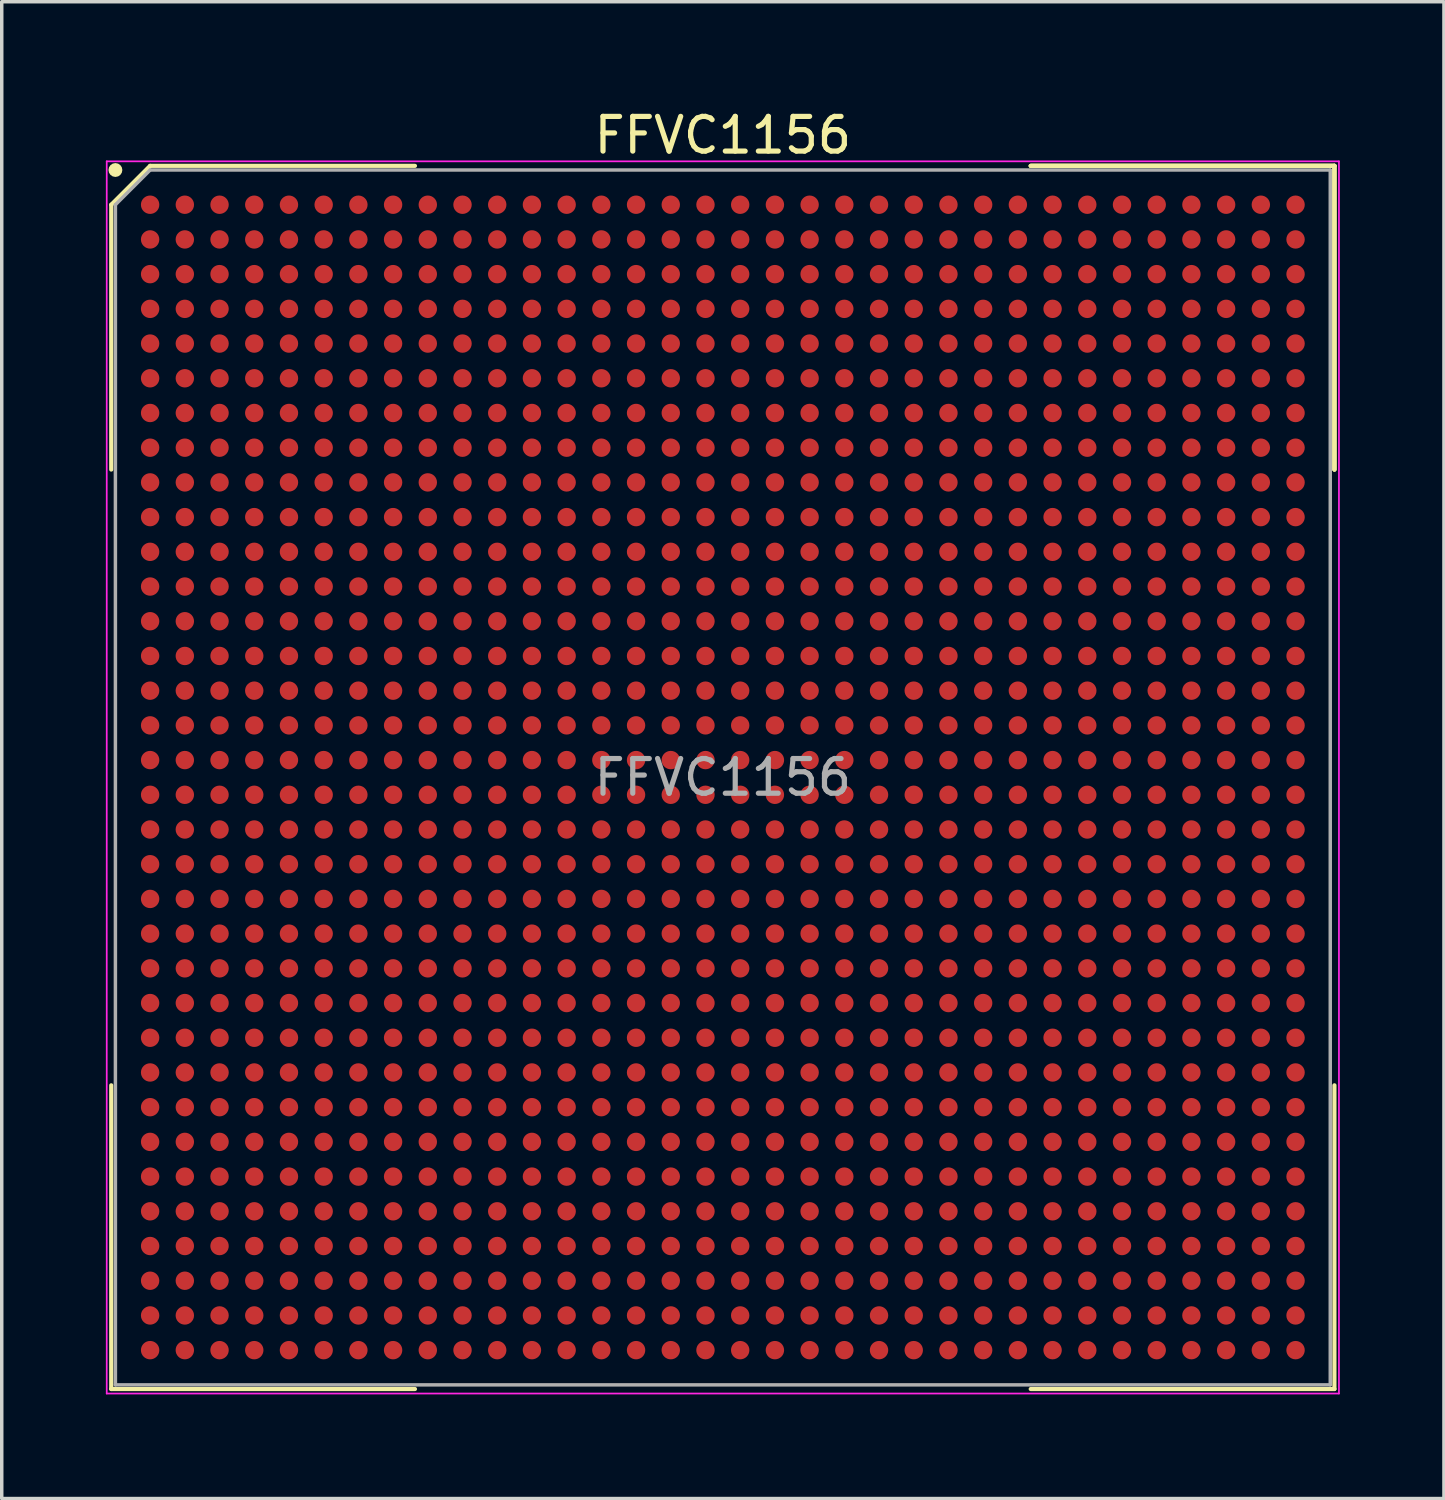
<source format=kicad_pcb>
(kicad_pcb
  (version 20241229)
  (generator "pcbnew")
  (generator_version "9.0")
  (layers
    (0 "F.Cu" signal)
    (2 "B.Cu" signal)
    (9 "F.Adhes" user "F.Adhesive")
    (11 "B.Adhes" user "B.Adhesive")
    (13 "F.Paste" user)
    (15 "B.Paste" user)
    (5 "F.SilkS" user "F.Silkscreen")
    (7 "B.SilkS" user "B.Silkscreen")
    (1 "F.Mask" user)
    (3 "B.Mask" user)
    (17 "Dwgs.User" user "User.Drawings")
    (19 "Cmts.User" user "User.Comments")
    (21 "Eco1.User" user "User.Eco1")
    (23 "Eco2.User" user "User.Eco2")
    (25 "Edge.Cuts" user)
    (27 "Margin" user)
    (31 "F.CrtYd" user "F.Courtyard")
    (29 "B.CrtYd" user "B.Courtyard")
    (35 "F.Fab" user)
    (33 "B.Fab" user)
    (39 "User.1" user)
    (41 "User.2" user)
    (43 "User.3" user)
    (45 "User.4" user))
  (footprint "FFVC1156"
    (layer "F.Cu")
    (at 17.775 19.348)
    (property "Reference" "FFVC1156" (at 0 -18.5 0) (layer "F.SilkS") (effects (font (size 1 1) (thickness 0.15))))
    (attr smd)
    (fp_line (start -17.62 -16.5) (end -17.62 -8.87) (stroke (width 0.12) (type solid)) (layer "F.SilkS"))
    (fp_line (start -17.62 17.62) (end -17.62 8.87) (stroke (width 0.12) (type solid)) (layer "F.SilkS"))
    (fp_line (start -16.5 -17.62) (end -17.62 -16.5) (stroke (width 0.12) (type solid)) (layer "F.SilkS"))
    (fp_line (start -8.87 -17.62) (end -16.5 -17.62) (stroke (width 0.12) (type solid)) (layer "F.SilkS"))
    (fp_line (start -8.87 17.62) (end -17.62 17.62) (stroke (width 0.12) (type solid)) (layer "F.SilkS"))
    (fp_line (start 8.87 -17.62) (end 17.62 -17.62) (stroke (width 0.12) (type solid)) (layer "F.SilkS"))
    (fp_line (start 8.87 -17.62) (end 17.62 -17.62) (stroke (width 0.12) (type solid)) (layer "F.SilkS"))
    (fp_line (start 8.87 -17.62) (end 17.62 -17.62) (stroke (width 0.12) (type solid)) (layer "F.SilkS"))
    (fp_line (start 8.87 17.62) (end 17.62 17.62) (stroke (width 0.12) (type solid)) (layer "F.SilkS"))
    (fp_line (start 17.62 -17.62) (end 17.62 -8.87) (stroke (width 0.12) (type solid)) (layer "F.SilkS"))
    (fp_line (start 17.62 -17.62) (end 17.62 -8.87) (stroke (width 0.12) (type solid)) (layer "F.SilkS"))
    (fp_line (start 17.62 -17.62) (end 17.62 -8.87) (stroke (width 0.12) (type solid)) (layer "F.SilkS"))
    (fp_line (start 17.62 17.62) (end 17.62 8.87) (stroke (width 0.12) (type solid)) (layer "F.SilkS"))
    (fp_circle (center -17.5 -17.5) (end -17.5 -17.4) (stroke (width 0.2) (type solid)) (fill no) (layer "F.SilkS"))
    (fp_line (start -17.75 -17.75) (end 17.75 -17.75) (stroke (width 0.05) (type solid)) (layer "F.CrtYd"))
    (fp_line (start -17.75 17.75) (end -17.75 -17.75) (stroke (width 0.05) (type solid)) (layer "F.CrtYd"))
    (fp_line (start 17.75 -17.75) (end 17.75 17.75) (stroke (width 0.05) (type solid)) (layer "F.CrtYd"))
    (fp_line (start 17.75 17.75) (end -17.75 17.75) (stroke (width 0.05) (type solid)) (layer "F.CrtYd"))
    (fp_line (start -17.5 -16.5) (end -17.5 17.5) (stroke (width 0.1) (type solid)) (layer "F.Fab"))
    (fp_line (start -17.5 17.5) (end 17.5 17.5) (stroke (width 0.1) (type solid)) (layer "F.Fab"))
    (fp_line (start -16.5 -17.5) (end -17.5 -16.5) (stroke (width 0.1) (type solid)) (layer "F.Fab"))
    (fp_line (start 17.5 -17.5) (end -16.5 -17.5) (stroke (width 0.1) (type solid)) (layer "F.Fab"))
    (fp_line (start 17.5 17.5) (end 17.5 -17.5) (stroke (width 0.1) (type solid)) (layer "F.Fab"))
    (fp_text user "${REFERENCE}" (at 0 0 0) (layer "F.Fab") (effects (font (size 1 1) (thickness 0.15))))
    (pad "A1" smd circle (at -16.5 -16.5) (size 0.53 0.53) (layers "F.Cu" "F.Mask" "F.Paste"))
    (pad "A2" smd circle (at -15.5 -16.5) (size 0.53 0.53) (layers "F.Cu" "F.Mask" "F.Paste"))
    (pad "A3" smd circle (at -14.5 -16.5) (size 0.53 0.53) (layers "F.Cu" "F.Mask" "F.Paste"))
    (pad "A4" smd circle (at -13.5 -16.5) (size 0.53 0.53) (layers "F.Cu" "F.Mask" "F.Paste"))
    (pad "A5" smd circle (at -12.5 -16.5) (size 0.53 0.53) (layers "F.Cu" "F.Mask" "F.Paste"))
    (pad "A6" smd circle (at -11.5 -16.5) (size 0.53 0.53) (layers "F.Cu" "F.Mask" "F.Paste"))
    (pad "A7" smd circle (at -10.5 -16.5) (size 0.53 0.53) (layers "F.Cu" "F.Mask" "F.Paste"))
    (pad "A8" smd circle (at -9.5 -16.5) (size 0.53 0.53) (layers "F.Cu" "F.Mask" "F.Paste"))
    (pad "A9" smd circle (at -8.5 -16.5) (size 0.53 0.53) (layers "F.Cu" "F.Mask" "F.Paste"))
    (pad "A10" smd circle (at -7.5 -16.5) (size 0.53 0.53) (layers "F.Cu" "F.Mask" "F.Paste"))
    (pad "A11" smd circle (at -6.5 -16.5) (size 0.53 0.53) (layers "F.Cu" "F.Mask" "F.Paste"))
    (pad "A12" smd circle (at -5.5 -16.5) (size 0.53 0.53) (layers "F.Cu" "F.Mask" "F.Paste"))
    (pad "A13" smd circle (at -4.5 -16.5) (size 0.53 0.53) (layers "F.Cu" "F.Mask" "F.Paste"))
    (pad "A14" smd circle (at -3.5 -16.5) (size 0.53 0.53) (layers "F.Cu" "F.Mask" "F.Paste"))
    (pad "A15" smd circle (at -2.5 -16.5) (size 0.53 0.53) (layers "F.Cu" "F.Mask" "F.Paste"))
    (pad "A16" smd circle (at -1.5 -16.5) (size 0.53 0.53) (layers "F.Cu" "F.Mask" "F.Paste"))
    (pad "A17" smd circle (at -0.5 -16.5) (size 0.53 0.53) (layers "F.Cu" "F.Mask" "F.Paste"))
    (pad "A18" smd circle (at 0.5 -16.5) (size 0.53 0.53) (layers "F.Cu" "F.Mask" "F.Paste"))
    (pad "A19" smd circle (at 1.5 -16.5) (size 0.53 0.53) (layers "F.Cu" "F.Mask" "F.Paste"))
    (pad "A20" smd circle (at 2.5 -16.5) (size 0.53 0.53) (layers "F.Cu" "F.Mask" "F.Paste"))
    (pad "A21" smd circle (at 3.5 -16.5) (size 0.53 0.53) (layers "F.Cu" "F.Mask" "F.Paste"))
    (pad "A22" smd circle (at 4.5 -16.5) (size 0.53 0.53) (layers "F.Cu" "F.Mask" "F.Paste"))
    (pad "A23" smd circle (at 5.5 -16.5) (size 0.53 0.53) (layers "F.Cu" "F.Mask" "F.Paste"))
    (pad "A24" smd circle (at 6.5 -16.5) (size 0.53 0.53) (layers "F.Cu" "F.Mask" "F.Paste"))
    (pad "A25" smd circle (at 7.5 -16.5) (size 0.53 0.53) (layers "F.Cu" "F.Mask" "F.Paste"))
    (pad "A26" smd circle (at 8.5 -16.5) (size 0.53 0.53) (layers "F.Cu" "F.Mask" "F.Paste"))
    (pad "A27" smd circle (at 9.5 -16.5) (size 0.53 0.53) (layers "F.Cu" "F.Mask" "F.Paste"))
    (pad "A28" smd circle (at 10.5 -16.5) (size 0.53 0.53) (layers "F.Cu" "F.Mask" "F.Paste"))
    (pad "A29" smd circle (at 11.5 -16.5) (size 0.53 0.53) (layers "F.Cu" "F.Mask" "F.Paste"))
    (pad "A30" smd circle (at 12.5 -16.5) (size 0.53 0.53) (layers "F.Cu" "F.Mask" "F.Paste"))
    (pad "A31" smd circle (at 13.5 -16.5) (size 0.53 0.53) (layers "F.Cu" "F.Mask" "F.Paste"))
    (pad "A32" smd circle (at 14.5 -16.5) (size 0.53 0.53) (layers "F.Cu" "F.Mask" "F.Paste"))
    (pad "A33" smd circle (at 15.5 -16.5) (size 0.53 0.53) (layers "F.Cu" "F.Mask" "F.Paste"))
    (pad "A34" smd circle (at 16.5 -16.5) (size 0.53 0.53) (layers "F.Cu" "F.Mask" "F.Paste"))
    (pad "AA1" smd circle (at -16.5 3.5) (size 0.53 0.53) (layers "F.Cu" "F.Mask" "F.Paste"))
    (pad "AA2" smd circle (at -15.5 3.5) (size 0.53 0.53) (layers "F.Cu" "F.Mask" "F.Paste"))
    (pad "AA3" smd circle (at -14.5 3.5) (size 0.53 0.53) (layers "F.Cu" "F.Mask" "F.Paste"))
    (pad "AA4" smd circle (at -13.5 3.5) (size 0.53 0.53) (layers "F.Cu" "F.Mask" "F.Paste"))
    (pad "AA5" smd circle (at -12.5 3.5) (size 0.53 0.53) (layers "F.Cu" "F.Mask" "F.Paste"))
    (pad "AA6" smd circle (at -11.5 3.5) (size 0.53 0.53) (layers "F.Cu" "F.Mask" "F.Paste"))
    (pad "AA7" smd circle (at -10.5 3.5) (size 0.53 0.53) (layers "F.Cu" "F.Mask" "F.Paste"))
    (pad "AA8" smd circle (at -9.5 3.5) (size 0.53 0.53) (layers "F.Cu" "F.Mask" "F.Paste"))
    (pad "AA9" smd circle (at -8.5 3.5) (size 0.53 0.53) (layers "F.Cu" "F.Mask" "F.Paste"))
    (pad "AA10" smd circle (at -7.5 3.5) (size 0.53 0.53) (layers "F.Cu" "F.Mask" "F.Paste"))
    (pad "AA11" smd circle (at -6.5 3.5) (size 0.53 0.53) (layers "F.Cu" "F.Mask" "F.Paste"))
    (pad "AA12" smd circle (at -5.5 3.5) (size 0.53 0.53) (layers "F.Cu" "F.Mask" "F.Paste"))
    (pad "AA13" smd circle (at -4.5 3.5) (size 0.53 0.53) (layers "F.Cu" "F.Mask" "F.Paste"))
    (pad "AA14" smd circle (at -3.5 3.5) (size 0.53 0.53) (layers "F.Cu" "F.Mask" "F.Paste"))
    (pad "AA15" smd circle (at -2.5 3.5) (size 0.53 0.53) (layers "F.Cu" "F.Mask" "F.Paste"))
    (pad "AA16" smd circle (at -1.5 3.5) (size 0.53 0.53) (layers "F.Cu" "F.Mask" "F.Paste"))
    (pad "AA17" smd circle (at -0.5 3.5) (size 0.53 0.53) (layers "F.Cu" "F.Mask" "F.Paste"))
    (pad "AA18" smd circle (at 0.5 3.5) (size 0.53 0.53) (layers "F.Cu" "F.Mask" "F.Paste"))
    (pad "AA19" smd circle (at 1.5 3.5) (size 0.53 0.53) (layers "F.Cu" "F.Mask" "F.Paste"))
    (pad "AA20" smd circle (at 2.5 3.5) (size 0.53 0.53) (layers "F.Cu" "F.Mask" "F.Paste"))
    (pad "AA21" smd circle (at 3.5 3.5) (size 0.53 0.53) (layers "F.Cu" "F.Mask" "F.Paste"))
    (pad "AA22" smd circle (at 4.5 3.5) (size 0.53 0.53) (layers "F.Cu" "F.Mask" "F.Paste"))
    (pad "AA23" smd circle (at 5.5 3.5) (size 0.53 0.53) (layers "F.Cu" "F.Mask" "F.Paste"))
    (pad "AA24" smd circle (at 6.5 3.5) (size 0.53 0.53) (layers "F.Cu" "F.Mask" "F.Paste"))
    (pad "AA25" smd circle (at 7.5 3.5) (size 0.53 0.53) (layers "F.Cu" "F.Mask" "F.Paste"))
    (pad "AA26" smd circle (at 8.5 3.5) (size 0.53 0.53) (layers "F.Cu" "F.Mask" "F.Paste"))
    (pad "AA27" smd circle (at 9.5 3.5) (size 0.53 0.53) (layers "F.Cu" "F.Mask" "F.Paste"))
    (pad "AA28" smd circle (at 10.5 3.5) (size 0.53 0.53) (layers "F.Cu" "F.Mask" "F.Paste"))
    (pad "AA29" smd circle (at 11.5 3.5) (size 0.53 0.53) (layers "F.Cu" "F.Mask" "F.Paste"))
    (pad "AA30" smd circle (at 12.5 3.5) (size 0.53 0.53) (layers "F.Cu" "F.Mask" "F.Paste"))
    (pad "AA31" smd circle (at 13.5 3.5) (size 0.53 0.53) (layers "F.Cu" "F.Mask" "F.Paste"))
    (pad "AA32" smd circle (at 14.5 3.5) (size 0.53 0.53) (layers "F.Cu" "F.Mask" "F.Paste"))
    (pad "AA33" smd circle (at 15.5 3.5) (size 0.53 0.53) (layers "F.Cu" "F.Mask" "F.Paste"))
    (pad "AA34" smd circle (at 16.5 3.5) (size 0.53 0.53) (layers "F.Cu" "F.Mask" "F.Paste"))
    (pad "AB1" smd circle (at -16.5 4.5) (size 0.53 0.53) (layers "F.Cu" "F.Mask" "F.Paste"))
    (pad "AB2" smd circle (at -15.5 4.5) (size 0.53 0.53) (layers "F.Cu" "F.Mask" "F.Paste"))
    (pad "AB3" smd circle (at -14.5 4.5) (size 0.53 0.53) (layers "F.Cu" "F.Mask" "F.Paste"))
    (pad "AB4" smd circle (at -13.5 4.5) (size 0.53 0.53) (layers "F.Cu" "F.Mask" "F.Paste"))
    (pad "AB5" smd circle (at -12.5 4.5) (size 0.53 0.53) (layers "F.Cu" "F.Mask" "F.Paste"))
    (pad "AB6" smd circle (at -11.5 4.5) (size 0.53 0.53) (layers "F.Cu" "F.Mask" "F.Paste"))
    (pad "AB7" smd circle (at -10.5 4.5) (size 0.53 0.53) (layers "F.Cu" "F.Mask" "F.Paste"))
    (pad "AB8" smd circle (at -9.5 4.5) (size 0.53 0.53) (layers "F.Cu" "F.Mask" "F.Paste"))
    (pad "AB9" smd circle (at -8.5 4.5) (size 0.53 0.53) (layers "F.Cu" "F.Mask" "F.Paste"))
    (pad "AB10" smd circle (at -7.5 4.5) (size 0.53 0.53) (layers "F.Cu" "F.Mask" "F.Paste"))
    (pad "AB11" smd circle (at -6.5 4.5) (size 0.53 0.53) (layers "F.Cu" "F.Mask" "F.Paste"))
    (pad "AB12" smd circle (at -5.5 4.5) (size 0.53 0.53) (layers "F.Cu" "F.Mask" "F.Paste"))
    (pad "AB13" smd circle (at -4.5 4.5) (size 0.53 0.53) (layers "F.Cu" "F.Mask" "F.Paste"))
    (pad "AB14" smd circle (at -3.5 4.5) (size 0.53 0.53) (layers "F.Cu" "F.Mask" "F.Paste"))
    (pad "AB15" smd circle (at -2.5 4.5) (size 0.53 0.53) (layers "F.Cu" "F.Mask" "F.Paste"))
    (pad "AB16" smd circle (at -1.5 4.5) (size 0.53 0.53) (layers "F.Cu" "F.Mask" "F.Paste"))
    (pad "AB17" smd circle (at -0.5 4.5) (size 0.53 0.53) (layers "F.Cu" "F.Mask" "F.Paste"))
    (pad "AB18" smd circle (at 0.5 4.5) (size 0.53 0.53) (layers "F.Cu" "F.Mask" "F.Paste"))
    (pad "AB19" smd circle (at 1.5 4.5) (size 0.53 0.53) (layers "F.Cu" "F.Mask" "F.Paste"))
    (pad "AB20" smd circle (at 2.5 4.5) (size 0.53 0.53) (layers "F.Cu" "F.Mask" "F.Paste"))
    (pad "AB21" smd circle (at 3.5 4.5) (size 0.53 0.53) (layers "F.Cu" "F.Mask" "F.Paste"))
    (pad "AB22" smd circle (at 4.5 4.5) (size 0.53 0.53) (layers "F.Cu" "F.Mask" "F.Paste"))
    (pad "AB23" smd circle (at 5.5 4.5) (size 0.53 0.53) (layers "F.Cu" "F.Mask" "F.Paste"))
    (pad "AB24" smd circle (at 6.5 4.5) (size 0.53 0.53) (layers "F.Cu" "F.Mask" "F.Paste"))
    (pad "AB25" smd circle (at 7.5 4.5) (size 0.53 0.53) (layers "F.Cu" "F.Mask" "F.Paste"))
    (pad "AB26" smd circle (at 8.5 4.5) (size 0.53 0.53) (layers "F.Cu" "F.Mask" "F.Paste"))
    (pad "AB27" smd circle (at 9.5 4.5) (size 0.53 0.53) (layers "F.Cu" "F.Mask" "F.Paste"))
    (pad "AB28" smd circle (at 10.5 4.5) (size 0.53 0.53) (layers "F.Cu" "F.Mask" "F.Paste"))
    (pad "AB29" smd circle (at 11.5 4.5) (size 0.53 0.53) (layers "F.Cu" "F.Mask" "F.Paste"))
    (pad "AB30" smd circle (at 12.5 4.5) (size 0.53 0.53) (layers "F.Cu" "F.Mask" "F.Paste"))
    (pad "AB31" smd circle (at 13.5 4.5) (size 0.53 0.53) (layers "F.Cu" "F.Mask" "F.Paste"))
    (pad "AB32" smd circle (at 14.5 4.5) (size 0.53 0.53) (layers "F.Cu" "F.Mask" "F.Paste"))
    (pad "AB33" smd circle (at 15.5 4.5) (size 0.53 0.53) (layers "F.Cu" "F.Mask" "F.Paste"))
    (pad "AB34" smd circle (at 16.5 4.5) (size 0.53 0.53) (layers "F.Cu" "F.Mask" "F.Paste"))
    (pad "AC1" smd circle (at -16.5 5.5) (size 0.53 0.53) (layers "F.Cu" "F.Mask" "F.Paste"))
    (pad "AC2" smd circle (at -15.5 5.5) (size 0.53 0.53) (layers "F.Cu" "F.Mask" "F.Paste"))
    (pad "AC3" smd circle (at -14.5 5.5) (size 0.53 0.53) (layers "F.Cu" "F.Mask" "F.Paste"))
    (pad "AC4" smd circle (at -13.5 5.5) (size 0.53 0.53) (layers "F.Cu" "F.Mask" "F.Paste"))
    (pad "AC5" smd circle (at -12.5 5.5) (size 0.53 0.53) (layers "F.Cu" "F.Mask" "F.Paste"))
    (pad "AC6" smd circle (at -11.5 5.5) (size 0.53 0.53) (layers "F.Cu" "F.Mask" "F.Paste"))
    (pad "AC7" smd circle (at -10.5 5.5) (size 0.53 0.53) (layers "F.Cu" "F.Mask" "F.Paste"))
    (pad "AC8" smd circle (at -9.5 5.5) (size 0.53 0.53) (layers "F.Cu" "F.Mask" "F.Paste"))
    (pad "AC9" smd circle (at -8.5 5.5) (size 0.53 0.53) (layers "F.Cu" "F.Mask" "F.Paste"))
    (pad "AC10" smd circle (at -7.5 5.5) (size 0.53 0.53) (layers "F.Cu" "F.Mask" "F.Paste"))
    (pad "AC11" smd circle (at -6.5 5.5) (size 0.53 0.53) (layers "F.Cu" "F.Mask" "F.Paste"))
    (pad "AC12" smd circle (at -5.5 5.5) (size 0.53 0.53) (layers "F.Cu" "F.Mask" "F.Paste"))
    (pad "AC13" smd circle (at -4.5 5.5) (size 0.53 0.53) (layers "F.Cu" "F.Mask" "F.Paste"))
    (pad "AC14" smd circle (at -3.5 5.5) (size 0.53 0.53) (layers "F.Cu" "F.Mask" "F.Paste"))
    (pad "AC15" smd circle (at -2.5 5.5) (size 0.53 0.53) (layers "F.Cu" "F.Mask" "F.Paste"))
    (pad "AC16" smd circle (at -1.5 5.5) (size 0.53 0.53) (layers "F.Cu" "F.Mask" "F.Paste"))
    (pad "AC17" smd circle (at -0.5 5.5) (size 0.53 0.53) (layers "F.Cu" "F.Mask" "F.Paste"))
    (pad "AC18" smd circle (at 0.5 5.5) (size 0.53 0.53) (layers "F.Cu" "F.Mask" "F.Paste"))
    (pad "AC19" smd circle (at 1.5 5.5) (size 0.53 0.53) (layers "F.Cu" "F.Mask" "F.Paste"))
    (pad "AC20" smd circle (at 2.5 5.5) (size 0.53 0.53) (layers "F.Cu" "F.Mask" "F.Paste"))
    (pad "AC21" smd circle (at 3.5 5.5) (size 0.53 0.53) (layers "F.Cu" "F.Mask" "F.Paste"))
    (pad "AC22" smd circle (at 4.5 5.5) (size 0.53 0.53) (layers "F.Cu" "F.Mask" "F.Paste"))
    (pad "AC23" smd circle (at 5.5 5.5) (size 0.53 0.53) (layers "F.Cu" "F.Mask" "F.Paste"))
    (pad "AC24" smd circle (at 6.5 5.5) (size 0.53 0.53) (layers "F.Cu" "F.Mask" "F.Paste"))
    (pad "AC25" smd circle (at 7.5 5.5) (size 0.53 0.53) (layers "F.Cu" "F.Mask" "F.Paste"))
    (pad "AC26" smd circle (at 8.5 5.5) (size 0.53 0.53) (layers "F.Cu" "F.Mask" "F.Paste"))
    (pad "AC27" smd circle (at 9.5 5.5) (size 0.53 0.53) (layers "F.Cu" "F.Mask" "F.Paste"))
    (pad "AC28" smd circle (at 10.5 5.5) (size 0.53 0.53) (layers "F.Cu" "F.Mask" "F.Paste"))
    (pad "AC29" smd circle (at 11.5 5.5) (size 0.53 0.53) (layers "F.Cu" "F.Mask" "F.Paste"))
    (pad "AC30" smd circle (at 12.5 5.5) (size 0.53 0.53) (layers "F.Cu" "F.Mask" "F.Paste"))
    (pad "AC31" smd circle (at 13.5 5.5) (size 0.53 0.53) (layers "F.Cu" "F.Mask" "F.Paste"))
    (pad "AC32" smd circle (at 14.5 5.5) (size 0.53 0.53) (layers "F.Cu" "F.Mask" "F.Paste"))
    (pad "AC33" smd circle (at 15.5 5.5) (size 0.53 0.53) (layers "F.Cu" "F.Mask" "F.Paste"))
    (pad "AC34" smd circle (at 16.5 5.5) (size 0.53 0.53) (layers "F.Cu" "F.Mask" "F.Paste"))
    (pad "AD1" smd circle (at -16.5 6.5) (size 0.53 0.53) (layers "F.Cu" "F.Mask" "F.Paste"))
    (pad "AD2" smd circle (at -15.5 6.5) (size 0.53 0.53) (layers "F.Cu" "F.Mask" "F.Paste"))
    (pad "AD3" smd circle (at -14.5 6.5) (size 0.53 0.53) (layers "F.Cu" "F.Mask" "F.Paste"))
    (pad "AD4" smd circle (at -13.5 6.5) (size 0.53 0.53) (layers "F.Cu" "F.Mask" "F.Paste"))
    (pad "AD5" smd circle (at -12.5 6.5) (size 0.53 0.53) (layers "F.Cu" "F.Mask" "F.Paste"))
    (pad "AD6" smd circle (at -11.5 6.5) (size 0.53 0.53) (layers "F.Cu" "F.Mask" "F.Paste"))
    (pad "AD7" smd circle (at -10.5 6.5) (size 0.53 0.53) (layers "F.Cu" "F.Mask" "F.Paste"))
    (pad "AD8" smd circle (at -9.5 6.5) (size 0.53 0.53) (layers "F.Cu" "F.Mask" "F.Paste"))
    (pad "AD9" smd circle (at -8.5 6.5) (size 0.53 0.53) (layers "F.Cu" "F.Mask" "F.Paste"))
    (pad "AD10" smd circle (at -7.5 6.5) (size 0.53 0.53) (layers "F.Cu" "F.Mask" "F.Paste"))
    (pad "AD11" smd circle (at -6.5 6.5) (size 0.53 0.53) (layers "F.Cu" "F.Mask" "F.Paste"))
    (pad "AD12" smd circle (at -5.5 6.5) (size 0.53 0.53) (layers "F.Cu" "F.Mask" "F.Paste"))
    (pad "AD13" smd circle (at -4.5 6.5) (size 0.53 0.53) (layers "F.Cu" "F.Mask" "F.Paste"))
    (pad "AD14" smd circle (at -3.5 6.5) (size 0.53 0.53) (layers "F.Cu" "F.Mask" "F.Paste"))
    (pad "AD15" smd circle (at -2.5 6.5) (size 0.53 0.53) (layers "F.Cu" "F.Mask" "F.Paste"))
    (pad "AD16" smd circle (at -1.5 6.5) (size 0.53 0.53) (layers "F.Cu" "F.Mask" "F.Paste"))
    (pad "AD17" smd circle (at -0.5 6.5) (size 0.53 0.53) (layers "F.Cu" "F.Mask" "F.Paste"))
    (pad "AD18" smd circle (at 0.5 6.5) (size 0.53 0.53) (layers "F.Cu" "F.Mask" "F.Paste"))
    (pad "AD19" smd circle (at 1.5 6.5) (size 0.53 0.53) (layers "F.Cu" "F.Mask" "F.Paste"))
    (pad "AD20" smd circle (at 2.5 6.5) (size 0.53 0.53) (layers "F.Cu" "F.Mask" "F.Paste"))
    (pad "AD21" smd circle (at 3.5 6.5) (size 0.53 0.53) (layers "F.Cu" "F.Mask" "F.Paste"))
    (pad "AD22" smd circle (at 4.5 6.5) (size 0.53 0.53) (layers "F.Cu" "F.Mask" "F.Paste"))
    (pad "AD23" smd circle (at 5.5 6.5) (size 0.53 0.53) (layers "F.Cu" "F.Mask" "F.Paste"))
    (pad "AD24" smd circle (at 6.5 6.5) (size 0.53 0.53) (layers "F.Cu" "F.Mask" "F.Paste"))
    (pad "AD25" smd circle (at 7.5 6.5) (size 0.53 0.53) (layers "F.Cu" "F.Mask" "F.Paste"))
    (pad "AD26" smd circle (at 8.5 6.5) (size 0.53 0.53) (layers "F.Cu" "F.Mask" "F.Paste"))
    (pad "AD27" smd circle (at 9.5 6.5) (size 0.53 0.53) (layers "F.Cu" "F.Mask" "F.Paste"))
    (pad "AD28" smd circle (at 10.5 6.5) (size 0.53 0.53) (layers "F.Cu" "F.Mask" "F.Paste"))
    (pad "AD29" smd circle (at 11.5 6.5) (size 0.53 0.53) (layers "F.Cu" "F.Mask" "F.Paste"))
    (pad "AD30" smd circle (at 12.5 6.5) (size 0.53 0.53) (layers "F.Cu" "F.Mask" "F.Paste"))
    (pad "AD31" smd circle (at 13.5 6.5) (size 0.53 0.53) (layers "F.Cu" "F.Mask" "F.Paste"))
    (pad "AD32" smd circle (at 14.5 6.5) (size 0.53 0.53) (layers "F.Cu" "F.Mask" "F.Paste"))
    (pad "AD33" smd circle (at 15.5 6.5) (size 0.53 0.53) (layers "F.Cu" "F.Mask" "F.Paste"))
    (pad "AD34" smd circle (at 16.5 6.5) (size 0.53 0.53) (layers "F.Cu" "F.Mask" "F.Paste"))
    (pad "AE1" smd circle (at -16.5 7.5) (size 0.53 0.53) (layers "F.Cu" "F.Mask" "F.Paste"))
    (pad "AE2" smd circle (at -15.5 7.5) (size 0.53 0.53) (layers "F.Cu" "F.Mask" "F.Paste"))
    (pad "AE3" smd circle (at -14.5 7.5) (size 0.53 0.53) (layers "F.Cu" "F.Mask" "F.Paste"))
    (pad "AE4" smd circle (at -13.5 7.5) (size 0.53 0.53) (layers "F.Cu" "F.Mask" "F.Paste"))
    (pad "AE5" smd circle (at -12.5 7.5) (size 0.53 0.53) (layers "F.Cu" "F.Mask" "F.Paste"))
    (pad "AE6" smd circle (at -11.5 7.5) (size 0.53 0.53) (layers "F.Cu" "F.Mask" "F.Paste"))
    (pad "AE7" smd circle (at -10.5 7.5) (size 0.53 0.53) (layers "F.Cu" "F.Mask" "F.Paste"))
    (pad "AE8" smd circle (at -9.5 7.5) (size 0.53 0.53) (layers "F.Cu" "F.Mask" "F.Paste"))
    (pad "AE9" smd circle (at -8.5 7.5) (size 0.53 0.53) (layers "F.Cu" "F.Mask" "F.Paste"))
    (pad "AE10" smd circle (at -7.5 7.5) (size 0.53 0.53) (layers "F.Cu" "F.Mask" "F.Paste"))
    (pad "AE11" smd circle (at -6.5 7.5) (size 0.53 0.53) (layers "F.Cu" "F.Mask" "F.Paste"))
    (pad "AE12" smd circle (at -5.5 7.5) (size 0.53 0.53) (layers "F.Cu" "F.Mask" "F.Paste"))
    (pad "AE13" smd circle (at -4.5 7.5) (size 0.53 0.53) (layers "F.Cu" "F.Mask" "F.Paste"))
    (pad "AE14" smd circle (at -3.5 7.5) (size 0.53 0.53) (layers "F.Cu" "F.Mask" "F.Paste"))
    (pad "AE15" smd circle (at -2.5 7.5) (size 0.53 0.53) (layers "F.Cu" "F.Mask" "F.Paste"))
    (pad "AE16" smd circle (at -1.5 7.5) (size 0.53 0.53) (layers "F.Cu" "F.Mask" "F.Paste"))
    (pad "AE17" smd circle (at -0.5 7.5) (size 0.53 0.53) (layers "F.Cu" "F.Mask" "F.Paste"))
    (pad "AE18" smd circle (at 0.5 7.5) (size 0.53 0.53) (layers "F.Cu" "F.Mask" "F.Paste"))
    (pad "AE19" smd circle (at 1.5 7.5) (size 0.53 0.53) (layers "F.Cu" "F.Mask" "F.Paste"))
    (pad "AE20" smd circle (at 2.5 7.5) (size 0.53 0.53) (layers "F.Cu" "F.Mask" "F.Paste"))
    (pad "AE21" smd circle (at 3.5 7.5) (size 0.53 0.53) (layers "F.Cu" "F.Mask" "F.Paste"))
    (pad "AE22" smd circle (at 4.5 7.5) (size 0.53 0.53) (layers "F.Cu" "F.Mask" "F.Paste"))
    (pad "AE23" smd circle (at 5.5 7.5) (size 0.53 0.53) (layers "F.Cu" "F.Mask" "F.Paste"))
    (pad "AE24" smd circle (at 6.5 7.5) (size 0.53 0.53) (layers "F.Cu" "F.Mask" "F.Paste"))
    (pad "AE25" smd circle (at 7.5 7.5) (size 0.53 0.53) (layers "F.Cu" "F.Mask" "F.Paste"))
    (pad "AE26" smd circle (at 8.5 7.5) (size 0.53 0.53) (layers "F.Cu" "F.Mask" "F.Paste"))
    (pad "AE27" smd circle (at 9.5 7.5) (size 0.53 0.53) (layers "F.Cu" "F.Mask" "F.Paste"))
    (pad "AE28" smd circle (at 10.5 7.5) (size 0.53 0.53) (layers "F.Cu" "F.Mask" "F.Paste"))
    (pad "AE29" smd circle (at 11.5 7.5) (size 0.53 0.53) (layers "F.Cu" "F.Mask" "F.Paste"))
    (pad "AE30" smd circle (at 12.5 7.5) (size 0.53 0.53) (layers "F.Cu" "F.Mask" "F.Paste"))
    (pad "AE31" smd circle (at 13.5 7.5) (size 0.53 0.53) (layers "F.Cu" "F.Mask" "F.Paste"))
    (pad "AE32" smd circle (at 14.5 7.5) (size 0.53 0.53) (layers "F.Cu" "F.Mask" "F.Paste"))
    (pad "AE33" smd circle (at 15.5 7.5) (size 0.53 0.53) (layers "F.Cu" "F.Mask" "F.Paste"))
    (pad "AE34" smd circle (at 16.5 7.5) (size 0.53 0.53) (layers "F.Cu" "F.Mask" "F.Paste"))
    (pad "AF1" smd circle (at -16.5 8.5) (size 0.53 0.53) (layers "F.Cu" "F.Mask" "F.Paste"))
    (pad "AF2" smd circle (at -15.5 8.5) (size 0.53 0.53) (layers "F.Cu" "F.Mask" "F.Paste"))
    (pad "AF3" smd circle (at -14.5 8.5) (size 0.53 0.53) (layers "F.Cu" "F.Mask" "F.Paste"))
    (pad "AF4" smd circle (at -13.5 8.5) (size 0.53 0.53) (layers "F.Cu" "F.Mask" "F.Paste"))
    (pad "AF5" smd circle (at -12.5 8.5) (size 0.53 0.53) (layers "F.Cu" "F.Mask" "F.Paste"))
    (pad "AF6" smd circle (at -11.5 8.5) (size 0.53 0.53) (layers "F.Cu" "F.Mask" "F.Paste"))
    (pad "AF7" smd circle (at -10.5 8.5) (size 0.53 0.53) (layers "F.Cu" "F.Mask" "F.Paste"))
    (pad "AF8" smd circle (at -9.5 8.5) (size 0.53 0.53) (layers "F.Cu" "F.Mask" "F.Paste"))
    (pad "AF9" smd circle (at -8.5 8.5) (size 0.53 0.53) (layers "F.Cu" "F.Mask" "F.Paste"))
    (pad "AF10" smd circle (at -7.5 8.5) (size 0.53 0.53) (layers "F.Cu" "F.Mask" "F.Paste"))
    (pad "AF11" smd circle (at -6.5 8.5) (size 0.53 0.53) (layers "F.Cu" "F.Mask" "F.Paste"))
    (pad "AF12" smd circle (at -5.5 8.5) (size 0.53 0.53) (layers "F.Cu" "F.Mask" "F.Paste"))
    (pad "AF13" smd circle (at -4.5 8.5) (size 0.53 0.53) (layers "F.Cu" "F.Mask" "F.Paste"))
    (pad "AF14" smd circle (at -3.5 8.5) (size 0.53 0.53) (layers "F.Cu" "F.Mask" "F.Paste"))
    (pad "AF15" smd circle (at -2.5 8.5) (size 0.53 0.53) (layers "F.Cu" "F.Mask" "F.Paste"))
    (pad "AF16" smd circle (at -1.5 8.5) (size 0.53 0.53) (layers "F.Cu" "F.Mask" "F.Paste"))
    (pad "AF17" smd circle (at -0.5 8.5) (size 0.53 0.53) (layers "F.Cu" "F.Mask" "F.Paste"))
    (pad "AF18" smd circle (at 0.5 8.5) (size 0.53 0.53) (layers "F.Cu" "F.Mask" "F.Paste"))
    (pad "AF19" smd circle (at 1.5 8.5) (size 0.53 0.53) (layers "F.Cu" "F.Mask" "F.Paste"))
    (pad "AF20" smd circle (at 2.5 8.5) (size 0.53 0.53) (layers "F.Cu" "F.Mask" "F.Paste"))
    (pad "AF21" smd circle (at 3.5 8.5) (size 0.53 0.53) (layers "F.Cu" "F.Mask" "F.Paste"))
    (pad "AF22" smd circle (at 4.5 8.5) (size 0.53 0.53) (layers "F.Cu" "F.Mask" "F.Paste"))
    (pad "AF23" smd circle (at 5.5 8.5) (size 0.53 0.53) (layers "F.Cu" "F.Mask" "F.Paste"))
    (pad "AF24" smd circle (at 6.5 8.5) (size 0.53 0.53) (layers "F.Cu" "F.Mask" "F.Paste"))
    (pad "AF25" smd circle (at 7.5 8.5) (size 0.53 0.53) (layers "F.Cu" "F.Mask" "F.Paste"))
    (pad "AF26" smd circle (at 8.5 8.5) (size 0.53 0.53) (layers "F.Cu" "F.Mask" "F.Paste"))
    (pad "AF27" smd circle (at 9.5 8.5) (size 0.53 0.53) (layers "F.Cu" "F.Mask" "F.Paste"))
    (pad "AF28" smd circle (at 10.5 8.5) (size 0.53 0.53) (layers "F.Cu" "F.Mask" "F.Paste"))
    (pad "AF29" smd circle (at 11.5 8.5) (size 0.53 0.53) (layers "F.Cu" "F.Mask" "F.Paste"))
    (pad "AF30" smd circle (at 12.5 8.5) (size 0.53 0.53) (layers "F.Cu" "F.Mask" "F.Paste"))
    (pad "AF31" smd circle (at 13.5 8.5) (size 0.53 0.53) (layers "F.Cu" "F.Mask" "F.Paste"))
    (pad "AF32" smd circle (at 14.5 8.5) (size 0.53 0.53) (layers "F.Cu" "F.Mask" "F.Paste"))
    (pad "AF33" smd circle (at 15.5 8.5) (size 0.53 0.53) (layers "F.Cu" "F.Mask" "F.Paste"))
    (pad "AF34" smd circle (at 16.5 8.5) (size 0.53 0.53) (layers "F.Cu" "F.Mask" "F.Paste"))
    (pad "AG1" smd circle (at -16.5 9.5) (size 0.53 0.53) (layers "F.Cu" "F.Mask" "F.Paste"))
    (pad "AG2" smd circle (at -15.5 9.5) (size 0.53 0.53) (layers "F.Cu" "F.Mask" "F.Paste"))
    (pad "AG3" smd circle (at -14.5 9.5) (size 0.53 0.53) (layers "F.Cu" "F.Mask" "F.Paste"))
    (pad "AG4" smd circle (at -13.5 9.5) (size 0.53 0.53) (layers "F.Cu" "F.Mask" "F.Paste"))
    (pad "AG5" smd circle (at -12.5 9.5) (size 0.53 0.53) (layers "F.Cu" "F.Mask" "F.Paste"))
    (pad "AG6" smd circle (at -11.5 9.5) (size 0.53 0.53) (layers "F.Cu" "F.Mask" "F.Paste"))
    (pad "AG7" smd circle (at -10.5 9.5) (size 0.53 0.53) (layers "F.Cu" "F.Mask" "F.Paste"))
    (pad "AG8" smd circle (at -9.5 9.5) (size 0.53 0.53) (layers "F.Cu" "F.Mask" "F.Paste"))
    (pad "AG9" smd circle (at -8.5 9.5) (size 0.53 0.53) (layers "F.Cu" "F.Mask" "F.Paste"))
    (pad "AG10" smd circle (at -7.5 9.5) (size 0.53 0.53) (layers "F.Cu" "F.Mask" "F.Paste"))
    (pad "AG11" smd circle (at -6.5 9.5) (size 0.53 0.53) (layers "F.Cu" "F.Mask" "F.Paste"))
    (pad "AG12" smd circle (at -5.5 9.5) (size 0.53 0.53) (layers "F.Cu" "F.Mask" "F.Paste"))
    (pad "AG13" smd circle (at -4.5 9.5) (size 0.53 0.53) (layers "F.Cu" "F.Mask" "F.Paste"))
    (pad "AG14" smd circle (at -3.5 9.5) (size 0.53 0.53) (layers "F.Cu" "F.Mask" "F.Paste"))
    (pad "AG15" smd circle (at -2.5 9.5) (size 0.53 0.53) (layers "F.Cu" "F.Mask" "F.Paste"))
    (pad "AG16" smd circle (at -1.5 9.5) (size 0.53 0.53) (layers "F.Cu" "F.Mask" "F.Paste"))
    (pad "AG17" smd circle (at -0.5 9.5) (size 0.53 0.53) (layers "F.Cu" "F.Mask" "F.Paste"))
    (pad "AG18" smd circle (at 0.5 9.5) (size 0.53 0.53) (layers "F.Cu" "F.Mask" "F.Paste"))
    (pad "AG19" smd circle (at 1.5 9.5) (size 0.53 0.53) (layers "F.Cu" "F.Mask" "F.Paste"))
    (pad "AG20" smd circle (at 2.5 9.5) (size 0.53 0.53) (layers "F.Cu" "F.Mask" "F.Paste"))
    (pad "AG21" smd circle (at 3.5 9.5) (size 0.53 0.53) (layers "F.Cu" "F.Mask" "F.Paste"))
    (pad "AG22" smd circle (at 4.5 9.5) (size 0.53 0.53) (layers "F.Cu" "F.Mask" "F.Paste"))
    (pad "AG23" smd circle (at 5.5 9.5) (size 0.53 0.53) (layers "F.Cu" "F.Mask" "F.Paste"))
    (pad "AG24" smd circle (at 6.5 9.5) (size 0.53 0.53) (layers "F.Cu" "F.Mask" "F.Paste"))
    (pad "AG25" smd circle (at 7.5 9.5) (size 0.53 0.53) (layers "F.Cu" "F.Mask" "F.Paste"))
    (pad "AG26" smd circle (at 8.5 9.5) (size 0.53 0.53) (layers "F.Cu" "F.Mask" "F.Paste"))
    (pad "AG27" smd circle (at 9.5 9.5) (size 0.53 0.53) (layers "F.Cu" "F.Mask" "F.Paste"))
    (pad "AG28" smd circle (at 10.5 9.5) (size 0.53 0.53) (layers "F.Cu" "F.Mask" "F.Paste"))
    (pad "AG29" smd circle (at 11.5 9.5) (size 0.53 0.53) (layers "F.Cu" "F.Mask" "F.Paste"))
    (pad "AG30" smd circle (at 12.5 9.5) (size 0.53 0.53) (layers "F.Cu" "F.Mask" "F.Paste"))
    (pad "AG31" smd circle (at 13.5 9.5) (size 0.53 0.53) (layers "F.Cu" "F.Mask" "F.Paste"))
    (pad "AG32" smd circle (at 14.5 9.5) (size 0.53 0.53) (layers "F.Cu" "F.Mask" "F.Paste"))
    (pad "AG33" smd circle (at 15.5 9.5) (size 0.53 0.53) (layers "F.Cu" "F.Mask" "F.Paste"))
    (pad "AG34" smd circle (at 16.5 9.5) (size 0.53 0.53) (layers "F.Cu" "F.Mask" "F.Paste"))
    (pad "AH1" smd circle (at -16.5 10.5) (size 0.53 0.53) (layers "F.Cu" "F.Mask" "F.Paste"))
    (pad "AH2" smd circle (at -15.5 10.5) (size 0.53 0.53) (layers "F.Cu" "F.Mask" "F.Paste"))
    (pad "AH3" smd circle (at -14.5 10.5) (size 0.53 0.53) (layers "F.Cu" "F.Mask" "F.Paste"))
    (pad "AH4" smd circle (at -13.5 10.5) (size 0.53 0.53) (layers "F.Cu" "F.Mask" "F.Paste"))
    (pad "AH5" smd circle (at -12.5 10.5) (size 0.53 0.53) (layers "F.Cu" "F.Mask" "F.Paste"))
    (pad "AH6" smd circle (at -11.5 10.5) (size 0.53 0.53) (layers "F.Cu" "F.Mask" "F.Paste"))
    (pad "AH7" smd circle (at -10.5 10.5) (size 0.53 0.53) (layers "F.Cu" "F.Mask" "F.Paste"))
    (pad "AH8" smd circle (at -9.5 10.5) (size 0.53 0.53) (layers "F.Cu" "F.Mask" "F.Paste"))
    (pad "AH9" smd circle (at -8.5 10.5) (size 0.53 0.53) (layers "F.Cu" "F.Mask" "F.Paste"))
    (pad "AH10" smd circle (at -7.5 10.5) (size 0.53 0.53) (layers "F.Cu" "F.Mask" "F.Paste"))
    (pad "AH11" smd circle (at -6.5 10.5) (size 0.53 0.53) (layers "F.Cu" "F.Mask" "F.Paste"))
    (pad "AH12" smd circle (at -5.5 10.5) (size 0.53 0.53) (layers "F.Cu" "F.Mask" "F.Paste"))
    (pad "AH13" smd circle (at -4.5 10.5) (size 0.53 0.53) (layers "F.Cu" "F.Mask" "F.Paste"))
    (pad "AH14" smd circle (at -3.5 10.5) (size 0.53 0.53) (layers "F.Cu" "F.Mask" "F.Paste"))
    (pad "AH15" smd circle (at -2.5 10.5) (size 0.53 0.53) (layers "F.Cu" "F.Mask" "F.Paste"))
    (pad "AH16" smd circle (at -1.5 10.5) (size 0.53 0.53) (layers "F.Cu" "F.Mask" "F.Paste"))
    (pad "AH17" smd circle (at -0.5 10.5) (size 0.53 0.53) (layers "F.Cu" "F.Mask" "F.Paste"))
    (pad "AH18" smd circle (at 0.5 10.5) (size 0.53 0.53) (layers "F.Cu" "F.Mask" "F.Paste"))
    (pad "AH19" smd circle (at 1.5 10.5) (size 0.53 0.53) (layers "F.Cu" "F.Mask" "F.Paste"))
    (pad "AH20" smd circle (at 2.5 10.5) (size 0.53 0.53) (layers "F.Cu" "F.Mask" "F.Paste"))
    (pad "AH21" smd circle (at 3.5 10.5) (size 0.53 0.53) (layers "F.Cu" "F.Mask" "F.Paste"))
    (pad "AH22" smd circle (at 4.5 10.5) (size 0.53 0.53) (layers "F.Cu" "F.Mask" "F.Paste"))
    (pad "AH23" smd circle (at 5.5 10.5) (size 0.53 0.53) (layers "F.Cu" "F.Mask" "F.Paste"))
    (pad "AH24" smd circle (at 6.5 10.5) (size 0.53 0.53) (layers "F.Cu" "F.Mask" "F.Paste"))
    (pad "AH25" smd circle (at 7.5 10.5) (size 0.53 0.53) (layers "F.Cu" "F.Mask" "F.Paste"))
    (pad "AH26" smd circle (at 8.5 10.5) (size 0.53 0.53) (layers "F.Cu" "F.Mask" "F.Paste"))
    (pad "AH27" smd circle (at 9.5 10.5) (size 0.53 0.53) (layers "F.Cu" "F.Mask" "F.Paste"))
    (pad "AH28" smd circle (at 10.5 10.5) (size 0.53 0.53) (layers "F.Cu" "F.Mask" "F.Paste"))
    (pad "AH29" smd circle (at 11.5 10.5) (size 0.53 0.53) (layers "F.Cu" "F.Mask" "F.Paste"))
    (pad "AH30" smd circle (at 12.5 10.5) (size 0.53 0.53) (layers "F.Cu" "F.Mask" "F.Paste"))
    (pad "AH31" smd circle (at 13.5 10.5) (size 0.53 0.53) (layers "F.Cu" "F.Mask" "F.Paste"))
    (pad "AH32" smd circle (at 14.5 10.5) (size 0.53 0.53) (layers "F.Cu" "F.Mask" "F.Paste"))
    (pad "AH33" smd circle (at 15.5 10.5) (size 0.53 0.53) (layers "F.Cu" "F.Mask" "F.Paste"))
    (pad "AH34" smd circle (at 16.5 10.5) (size 0.53 0.53) (layers "F.Cu" "F.Mask" "F.Paste"))
    (pad "AJ1" smd circle (at -16.5 11.5) (size 0.53 0.53) (layers "F.Cu" "F.Mask" "F.Paste"))
    (pad "AJ2" smd circle (at -15.5 11.5) (size 0.53 0.53) (layers "F.Cu" "F.Mask" "F.Paste"))
    (pad "AJ3" smd circle (at -14.5 11.5) (size 0.53 0.53) (layers "F.Cu" "F.Mask" "F.Paste"))
    (pad "AJ4" smd circle (at -13.5 11.5) (size 0.53 0.53) (layers "F.Cu" "F.Mask" "F.Paste"))
    (pad "AJ5" smd circle (at -12.5 11.5) (size 0.53 0.53) (layers "F.Cu" "F.Mask" "F.Paste"))
    (pad "AJ6" smd circle (at -11.5 11.5) (size 0.53 0.53) (layers "F.Cu" "F.Mask" "F.Paste"))
    (pad "AJ7" smd circle (at -10.5 11.5) (size 0.53 0.53) (layers "F.Cu" "F.Mask" "F.Paste"))
    (pad "AJ8" smd circle (at -9.5 11.5) (size 0.53 0.53) (layers "F.Cu" "F.Mask" "F.Paste"))
    (pad "AJ9" smd circle (at -8.5 11.5) (size 0.53 0.53) (layers "F.Cu" "F.Mask" "F.Paste"))
    (pad "AJ10" smd circle (at -7.5 11.5) (size 0.53 0.53) (layers "F.Cu" "F.Mask" "F.Paste"))
    (pad "AJ11" smd circle (at -6.5 11.5) (size 0.53 0.53) (layers "F.Cu" "F.Mask" "F.Paste"))
    (pad "AJ12" smd circle (at -5.5 11.5) (size 0.53 0.53) (layers "F.Cu" "F.Mask" "F.Paste"))
    (pad "AJ13" smd circle (at -4.5 11.5) (size 0.53 0.53) (layers "F.Cu" "F.Mask" "F.Paste"))
    (pad "AJ14" smd circle (at -3.5 11.5) (size 0.53 0.53) (layers "F.Cu" "F.Mask" "F.Paste"))
    (pad "AJ15" smd circle (at -2.5 11.5) (size 0.53 0.53) (layers "F.Cu" "F.Mask" "F.Paste"))
    (pad "AJ16" smd circle (at -1.5 11.5) (size 0.53 0.53) (layers "F.Cu" "F.Mask" "F.Paste"))
    (pad "AJ17" smd circle (at -0.5 11.5) (size 0.53 0.53) (layers "F.Cu" "F.Mask" "F.Paste"))
    (pad "AJ18" smd circle (at 0.5 11.5) (size 0.53 0.53) (layers "F.Cu" "F.Mask" "F.Paste"))
    (pad "AJ19" smd circle (at 1.5 11.5) (size 0.53 0.53) (layers "F.Cu" "F.Mask" "F.Paste"))
    (pad "AJ20" smd circle (at 2.5 11.5) (size 0.53 0.53) (layers "F.Cu" "F.Mask" "F.Paste"))
    (pad "AJ21" smd circle (at 3.5 11.5) (size 0.53 0.53) (layers "F.Cu" "F.Mask" "F.Paste"))
    (pad "AJ22" smd circle (at 4.5 11.5) (size 0.53 0.53) (layers "F.Cu" "F.Mask" "F.Paste"))
    (pad "AJ23" smd circle (at 5.5 11.5) (size 0.53 0.53) (layers "F.Cu" "F.Mask" "F.Paste"))
    (pad "AJ24" smd circle (at 6.5 11.5) (size 0.53 0.53) (layers "F.Cu" "F.Mask" "F.Paste"))
    (pad "AJ25" smd circle (at 7.5 11.5) (size 0.53 0.53) (layers "F.Cu" "F.Mask" "F.Paste"))
    (pad "AJ26" smd circle (at 8.5 11.5) (size 0.53 0.53) (layers "F.Cu" "F.Mask" "F.Paste"))
    (pad "AJ27" smd circle (at 9.5 11.5) (size 0.53 0.53) (layers "F.Cu" "F.Mask" "F.Paste"))
    (pad "AJ28" smd circle (at 10.5 11.5) (size 0.53 0.53) (layers "F.Cu" "F.Mask" "F.Paste"))
    (pad "AJ29" smd circle (at 11.5 11.5) (size 0.53 0.53) (layers "F.Cu" "F.Mask" "F.Paste"))
    (pad "AJ30" smd circle (at 12.5 11.5) (size 0.53 0.53) (layers "F.Cu" "F.Mask" "F.Paste"))
    (pad "AJ31" smd circle (at 13.5 11.5) (size 0.53 0.53) (layers "F.Cu" "F.Mask" "F.Paste"))
    (pad "AJ32" smd circle (at 14.5 11.5) (size 0.53 0.53) (layers "F.Cu" "F.Mask" "F.Paste"))
    (pad "AJ33" smd circle (at 15.5 11.5) (size 0.53 0.53) (layers "F.Cu" "F.Mask" "F.Paste"))
    (pad "AJ34" smd circle (at 16.5 11.5) (size 0.53 0.53) (layers "F.Cu" "F.Mask" "F.Paste"))
    (pad "AK1" smd circle (at -16.5 12.5) (size 0.53 0.53) (layers "F.Cu" "F.Mask" "F.Paste"))
    (pad "AK2" smd circle (at -15.5 12.5) (size 0.53 0.53) (layers "F.Cu" "F.Mask" "F.Paste"))
    (pad "AK3" smd circle (at -14.5 12.5) (size 0.53 0.53) (layers "F.Cu" "F.Mask" "F.Paste"))
    (pad "AK4" smd circle (at -13.5 12.5) (size 0.53 0.53) (layers "F.Cu" "F.Mask" "F.Paste"))
    (pad "AK5" smd circle (at -12.5 12.5) (size 0.53 0.53) (layers "F.Cu" "F.Mask" "F.Paste"))
    (pad "AK6" smd circle (at -11.5 12.5) (size 0.53 0.53) (layers "F.Cu" "F.Mask" "F.Paste"))
    (pad "AK7" smd circle (at -10.5 12.5) (size 0.53 0.53) (layers "F.Cu" "F.Mask" "F.Paste"))
    (pad "AK8" smd circle (at -9.5 12.5) (size 0.53 0.53) (layers "F.Cu" "F.Mask" "F.Paste"))
    (pad "AK9" smd circle (at -8.5 12.5) (size 0.53 0.53) (layers "F.Cu" "F.Mask" "F.Paste"))
    (pad "AK10" smd circle (at -7.5 12.5) (size 0.53 0.53) (layers "F.Cu" "F.Mask" "F.Paste"))
    (pad "AK11" smd circle (at -6.5 12.5) (size 0.53 0.53) (layers "F.Cu" "F.Mask" "F.Paste"))
    (pad "AK12" smd circle (at -5.5 12.5) (size 0.53 0.53) (layers "F.Cu" "F.Mask" "F.Paste"))
    (pad "AK13" smd circle (at -4.5 12.5) (size 0.53 0.53) (layers "F.Cu" "F.Mask" "F.Paste"))
    (pad "AK14" smd circle (at -3.5 12.5) (size 0.53 0.53) (layers "F.Cu" "F.Mask" "F.Paste"))
    (pad "AK15" smd circle (at -2.5 12.5) (size 0.53 0.53) (layers "F.Cu" "F.Mask" "F.Paste"))
    (pad "AK16" smd circle (at -1.5 12.5) (size 0.53 0.53) (layers "F.Cu" "F.Mask" "F.Paste"))
    (pad "AK17" smd circle (at -0.5 12.5) (size 0.53 0.53) (layers "F.Cu" "F.Mask" "F.Paste"))
    (pad "AK18" smd circle (at 0.5 12.5) (size 0.53 0.53) (layers "F.Cu" "F.Mask" "F.Paste"))
    (pad "AK19" smd circle (at 1.5 12.5) (size 0.53 0.53) (layers "F.Cu" "F.Mask" "F.Paste"))
    (pad "AK20" smd circle (at 2.5 12.5) (size 0.53 0.53) (layers "F.Cu" "F.Mask" "F.Paste"))
    (pad "AK21" smd circle (at 3.5 12.5) (size 0.53 0.53) (layers "F.Cu" "F.Mask" "F.Paste"))
    (pad "AK22" smd circle (at 4.5 12.5) (size 0.53 0.53) (layers "F.Cu" "F.Mask" "F.Paste"))
    (pad "AK23" smd circle (at 5.5 12.5) (size 0.53 0.53) (layers "F.Cu" "F.Mask" "F.Paste"))
    (pad "AK24" smd circle (at 6.5 12.5) (size 0.53 0.53) (layers "F.Cu" "F.Mask" "F.Paste"))
    (pad "AK25" smd circle (at 7.5 12.5) (size 0.53 0.53) (layers "F.Cu" "F.Mask" "F.Paste"))
    (pad "AK26" smd circle (at 8.5 12.5) (size 0.53 0.53) (layers "F.Cu" "F.Mask" "F.Paste"))
    (pad "AK27" smd circle (at 9.5 12.5) (size 0.53 0.53) (layers "F.Cu" "F.Mask" "F.Paste"))
    (pad "AK28" smd circle (at 10.5 12.5) (size 0.53 0.53) (layers "F.Cu" "F.Mask" "F.Paste"))
    (pad "AK29" smd circle (at 11.5 12.5) (size 0.53 0.53) (layers "F.Cu" "F.Mask" "F.Paste"))
    (pad "AK30" smd circle (at 12.5 12.5) (size 0.53 0.53) (layers "F.Cu" "F.Mask" "F.Paste"))
    (pad "AK31" smd circle (at 13.5 12.5) (size 0.53 0.53) (layers "F.Cu" "F.Mask" "F.Paste"))
    (pad "AK32" smd circle (at 14.5 12.5) (size 0.53 0.53) (layers "F.Cu" "F.Mask" "F.Paste"))
    (pad "AK33" smd circle (at 15.5 12.5) (size 0.53 0.53) (layers "F.Cu" "F.Mask" "F.Paste"))
    (pad "AK34" smd circle (at 16.5 12.5) (size 0.53 0.53) (layers "F.Cu" "F.Mask" "F.Paste"))
    (pad "AL1" smd circle (at -16.5 13.5) (size 0.53 0.53) (layers "F.Cu" "F.Mask" "F.Paste"))
    (pad "AL2" smd circle (at -15.5 13.5) (size 0.53 0.53) (layers "F.Cu" "F.Mask" "F.Paste"))
    (pad "AL3" smd circle (at -14.5 13.5) (size 0.53 0.53) (layers "F.Cu" "F.Mask" "F.Paste"))
    (pad "AL4" smd circle (at -13.5 13.5) (size 0.53 0.53) (layers "F.Cu" "F.Mask" "F.Paste"))
    (pad "AL5" smd circle (at -12.5 13.5) (size 0.53 0.53) (layers "F.Cu" "F.Mask" "F.Paste"))
    (pad "AL6" smd circle (at -11.5 13.5) (size 0.53 0.53) (layers "F.Cu" "F.Mask" "F.Paste"))
    (pad "AL7" smd circle (at -10.5 13.5) (size 0.53 0.53) (layers "F.Cu" "F.Mask" "F.Paste"))
    (pad "AL8" smd circle (at -9.5 13.5) (size 0.53 0.53) (layers "F.Cu" "F.Mask" "F.Paste"))
    (pad "AL9" smd circle (at -8.5 13.5) (size 0.53 0.53) (layers "F.Cu" "F.Mask" "F.Paste"))
    (pad "AL10" smd circle (at -7.5 13.5) (size 0.53 0.53) (layers "F.Cu" "F.Mask" "F.Paste"))
    (pad "AL11" smd circle (at -6.5 13.5) (size 0.53 0.53) (layers "F.Cu" "F.Mask" "F.Paste"))
    (pad "AL12" smd circle (at -5.5 13.5) (size 0.53 0.53) (layers "F.Cu" "F.Mask" "F.Paste"))
    (pad "AL13" smd circle (at -4.5 13.5) (size 0.53 0.53) (layers "F.Cu" "F.Mask" "F.Paste"))
    (pad "AL14" smd circle (at -3.5 13.5) (size 0.53 0.53) (layers "F.Cu" "F.Mask" "F.Paste"))
    (pad "AL15" smd circle (at -2.5 13.5) (size 0.53 0.53) (layers "F.Cu" "F.Mask" "F.Paste"))
    (pad "AL16" smd circle (at -1.5 13.5) (size 0.53 0.53) (layers "F.Cu" "F.Mask" "F.Paste"))
    (pad "AL17" smd circle (at -0.5 13.5) (size 0.53 0.53) (layers "F.Cu" "F.Mask" "F.Paste"))
    (pad "AL18" smd circle (at 0.5 13.5) (size 0.53 0.53) (layers "F.Cu" "F.Mask" "F.Paste"))
    (pad "AL19" smd circle (at 1.5 13.5) (size 0.53 0.53) (layers "F.Cu" "F.Mask" "F.Paste"))
    (pad "AL20" smd circle (at 2.5 13.5) (size 0.53 0.53) (layers "F.Cu" "F.Mask" "F.Paste"))
    (pad "AL21" smd circle (at 3.5 13.5) (size 0.53 0.53) (layers "F.Cu" "F.Mask" "F.Paste"))
    (pad "AL22" smd circle (at 4.5 13.5) (size 0.53 0.53) (layers "F.Cu" "F.Mask" "F.Paste"))
    (pad "AL23" smd circle (at 5.5 13.5) (size 0.53 0.53) (layers "F.Cu" "F.Mask" "F.Paste"))
    (pad "AL24" smd circle (at 6.5 13.5) (size 0.53 0.53) (layers "F.Cu" "F.Mask" "F.Paste"))
    (pad "AL25" smd circle (at 7.5 13.5) (size 0.53 0.53) (layers "F.Cu" "F.Mask" "F.Paste"))
    (pad "AL26" smd circle (at 8.5 13.5) (size 0.53 0.53) (layers "F.Cu" "F.Mask" "F.Paste"))
    (pad "AL27" smd circle (at 9.5 13.5) (size 0.53 0.53) (layers "F.Cu" "F.Mask" "F.Paste"))
    (pad "AL28" smd circle (at 10.5 13.5) (size 0.53 0.53) (layers "F.Cu" "F.Mask" "F.Paste"))
    (pad "AL29" smd circle (at 11.5 13.5) (size 0.53 0.53) (layers "F.Cu" "F.Mask" "F.Paste"))
    (pad "AL30" smd circle (at 12.5 13.5) (size 0.53 0.53) (layers "F.Cu" "F.Mask" "F.Paste"))
    (pad "AL31" smd circle (at 13.5 13.5) (size 0.53 0.53) (layers "F.Cu" "F.Mask" "F.Paste"))
    (pad "AL32" smd circle (at 14.5 13.5) (size 0.53 0.53) (layers "F.Cu" "F.Mask" "F.Paste"))
    (pad "AL33" smd circle (at 15.5 13.5) (size 0.53 0.53) (layers "F.Cu" "F.Mask" "F.Paste"))
    (pad "AL34" smd circle (at 16.5 13.5) (size 0.53 0.53) (layers "F.Cu" "F.Mask" "F.Paste"))
    (pad "AM1" smd circle (at -16.5 14.5) (size 0.53 0.53) (layers "F.Cu" "F.Mask" "F.Paste"))
    (pad "AM2" smd circle (at -15.5 14.5) (size 0.53 0.53) (layers "F.Cu" "F.Mask" "F.Paste"))
    (pad "AM3" smd circle (at -14.5 14.5) (size 0.53 0.53) (layers "F.Cu" "F.Mask" "F.Paste"))
    (pad "AM4" smd circle (at -13.5 14.5) (size 0.53 0.53) (layers "F.Cu" "F.Mask" "F.Paste"))
    (pad "AM5" smd circle (at -12.5 14.5) (size 0.53 0.53) (layers "F.Cu" "F.Mask" "F.Paste"))
    (pad "AM6" smd circle (at -11.5 14.5) (size 0.53 0.53) (layers "F.Cu" "F.Mask" "F.Paste"))
    (pad "AM7" smd circle (at -10.5 14.5) (size 0.53 0.53) (layers "F.Cu" "F.Mask" "F.Paste"))
    (pad "AM8" smd circle (at -9.5 14.5) (size 0.53 0.53) (layers "F.Cu" "F.Mask" "F.Paste"))
    (pad "AM9" smd circle (at -8.5 14.5) (size 0.53 0.53) (layers "F.Cu" "F.Mask" "F.Paste"))
    (pad "AM10" smd circle (at -7.5 14.5) (size 0.53 0.53) (layers "F.Cu" "F.Mask" "F.Paste"))
    (pad "AM11" smd circle (at -6.5 14.5) (size 0.53 0.53) (layers "F.Cu" "F.Mask" "F.Paste"))
    (pad "AM12" smd circle (at -5.5 14.5) (size 0.53 0.53) (layers "F.Cu" "F.Mask" "F.Paste"))
    (pad "AM13" smd circle (at -4.5 14.5) (size 0.53 0.53) (layers "F.Cu" "F.Mask" "F.Paste"))
    (pad "AM14" smd circle (at -3.5 14.5) (size 0.53 0.53) (layers "F.Cu" "F.Mask" "F.Paste"))
    (pad "AM15" smd circle (at -2.5 14.5) (size 0.53 0.53) (layers "F.Cu" "F.Mask" "F.Paste"))
    (pad "AM16" smd circle (at -1.5 14.5) (size 0.53 0.53) (layers "F.Cu" "F.Mask" "F.Paste"))
    (pad "AM17" smd circle (at -0.5 14.5) (size 0.53 0.53) (layers "F.Cu" "F.Mask" "F.Paste"))
    (pad "AM18" smd circle (at 0.5 14.5) (size 0.53 0.53) (layers "F.Cu" "F.Mask" "F.Paste"))
    (pad "AM19" smd circle (at 1.5 14.5) (size 0.53 0.53) (layers "F.Cu" "F.Mask" "F.Paste"))
    (pad "AM20" smd circle (at 2.5 14.5) (size 0.53 0.53) (layers "F.Cu" "F.Mask" "F.Paste"))
    (pad "AM21" smd circle (at 3.5 14.5) (size 0.53 0.53) (layers "F.Cu" "F.Mask" "F.Paste"))
    (pad "AM22" smd circle (at 4.5 14.5) (size 0.53 0.53) (layers "F.Cu" "F.Mask" "F.Paste"))
    (pad "AM23" smd circle (at 5.5 14.5) (size 0.53 0.53) (layers "F.Cu" "F.Mask" "F.Paste"))
    (pad "AM24" smd circle (at 6.5 14.5) (size 0.53 0.53) (layers "F.Cu" "F.Mask" "F.Paste"))
    (pad "AM25" smd circle (at 7.5 14.5) (size 0.53 0.53) (layers "F.Cu" "F.Mask" "F.Paste"))
    (pad "AM26" smd circle (at 8.5 14.5) (size 0.53 0.53) (layers "F.Cu" "F.Mask" "F.Paste"))
    (pad "AM27" smd circle (at 9.5 14.5) (size 0.53 0.53) (layers "F.Cu" "F.Mask" "F.Paste"))
    (pad "AM28" smd circle (at 10.5 14.5) (size 0.53 0.53) (layers "F.Cu" "F.Mask" "F.Paste"))
    (pad "AM29" smd circle (at 11.5 14.5) (size 0.53 0.53) (layers "F.Cu" "F.Mask" "F.Paste"))
    (pad "AM30" smd circle (at 12.5 14.5) (size 0.53 0.53) (layers "F.Cu" "F.Mask" "F.Paste"))
    (pad "AM31" smd circle (at 13.5 14.5) (size 0.53 0.53) (layers "F.Cu" "F.Mask" "F.Paste"))
    (pad "AM32" smd circle (at 14.5 14.5) (size 0.53 0.53) (layers "F.Cu" "F.Mask" "F.Paste"))
    (pad "AM33" smd circle (at 15.5 14.5) (size 0.53 0.53) (layers "F.Cu" "F.Mask" "F.Paste"))
    (pad "AM34" smd circle (at 16.5 14.5) (size 0.53 0.53) (layers "F.Cu" "F.Mask" "F.Paste"))
    (pad "AN1" smd circle (at -16.5 15.5) (size 0.53 0.53) (layers "F.Cu" "F.Mask" "F.Paste"))
    (pad "AN2" smd circle (at -15.5 15.5) (size 0.53 0.53) (layers "F.Cu" "F.Mask" "F.Paste"))
    (pad "AN3" smd circle (at -14.5 15.5) (size 0.53 0.53) (layers "F.Cu" "F.Mask" "F.Paste"))
    (pad "AN4" smd circle (at -13.5 15.5) (size 0.53 0.53) (layers "F.Cu" "F.Mask" "F.Paste"))
    (pad "AN5" smd circle (at -12.5 15.5) (size 0.53 0.53) (layers "F.Cu" "F.Mask" "F.Paste"))
    (pad "AN6" smd circle (at -11.5 15.5) (size 0.53 0.53) (layers "F.Cu" "F.Mask" "F.Paste"))
    (pad "AN7" smd circle (at -10.5 15.5) (size 0.53 0.53) (layers "F.Cu" "F.Mask" "F.Paste"))
    (pad "AN8" smd circle (at -9.5 15.5) (size 0.53 0.53) (layers "F.Cu" "F.Mask" "F.Paste"))
    (pad "AN9" smd circle (at -8.5 15.5) (size 0.53 0.53) (layers "F.Cu" "F.Mask" "F.Paste"))
    (pad "AN10" smd circle (at -7.5 15.5) (size 0.53 0.53) (layers "F.Cu" "F.Mask" "F.Paste"))
    (pad "AN11" smd circle (at -6.5 15.5) (size 0.53 0.53) (layers "F.Cu" "F.Mask" "F.Paste"))
    (pad "AN12" smd circle (at -5.5 15.5) (size 0.53 0.53) (layers "F.Cu" "F.Mask" "F.Paste"))
    (pad "AN13" smd circle (at -4.5 15.5) (size 0.53 0.53) (layers "F.Cu" "F.Mask" "F.Paste"))
    (pad "AN14" smd circle (at -3.5 15.5) (size 0.53 0.53) (layers "F.Cu" "F.Mask" "F.Paste"))
    (pad "AN15" smd circle (at -2.5 15.5) (size 0.53 0.53) (layers "F.Cu" "F.Mask" "F.Paste"))
    (pad "AN16" smd circle (at -1.5 15.5) (size 0.53 0.53) (layers "F.Cu" "F.Mask" "F.Paste"))
    (pad "AN17" smd circle (at -0.5 15.5) (size 0.53 0.53) (layers "F.Cu" "F.Mask" "F.Paste"))
    (pad "AN18" smd circle (at 0.5 15.5) (size 0.53 0.53) (layers "F.Cu" "F.Mask" "F.Paste"))
    (pad "AN19" smd circle (at 1.5 15.5) (size 0.53 0.53) (layers "F.Cu" "F.Mask" "F.Paste"))
    (pad "AN20" smd circle (at 2.5 15.5) (size 0.53 0.53) (layers "F.Cu" "F.Mask" "F.Paste"))
    (pad "AN21" smd circle (at 3.5 15.5) (size 0.53 0.53) (layers "F.Cu" "F.Mask" "F.Paste"))
    (pad "AN22" smd circle (at 4.5 15.5) (size 0.53 0.53) (layers "F.Cu" "F.Mask" "F.Paste"))
    (pad "AN23" smd circle (at 5.5 15.5) (size 0.53 0.53) (layers "F.Cu" "F.Mask" "F.Paste"))
    (pad "AN24" smd circle (at 6.5 15.5) (size 0.53 0.53) (layers "F.Cu" "F.Mask" "F.Paste"))
    (pad "AN25" smd circle (at 7.5 15.5) (size 0.53 0.53) (layers "F.Cu" "F.Mask" "F.Paste"))
    (pad "AN26" smd circle (at 8.5 15.5) (size 0.53 0.53) (layers "F.Cu" "F.Mask" "F.Paste"))
    (pad "AN27" smd circle (at 9.5 15.5) (size 0.53 0.53) (layers "F.Cu" "F.Mask" "F.Paste"))
    (pad "AN28" smd circle (at 10.5 15.5) (size 0.53 0.53) (layers "F.Cu" "F.Mask" "F.Paste"))
    (pad "AN29" smd circle (at 11.5 15.5) (size 0.53 0.53) (layers "F.Cu" "F.Mask" "F.Paste"))
    (pad "AN30" smd circle (at 12.5 15.5) (size 0.53 0.53) (layers "F.Cu" "F.Mask" "F.Paste"))
    (pad "AN31" smd circle (at 13.5 15.5) (size 0.53 0.53) (layers "F.Cu" "F.Mask" "F.Paste"))
    (pad "AN32" smd circle (at 14.5 15.5) (size 0.53 0.53) (layers "F.Cu" "F.Mask" "F.Paste"))
    (pad "AN33" smd circle (at 15.5 15.5) (size 0.53 0.53) (layers "F.Cu" "F.Mask" "F.Paste"))
    (pad "AN34" smd circle (at 16.5 15.5) (size 0.53 0.53) (layers "F.Cu" "F.Mask" "F.Paste"))
    (pad "AP1" smd circle (at -16.5 16.5) (size 0.53 0.53) (layers "F.Cu" "F.Mask" "F.Paste"))
    (pad "AP2" smd circle (at -15.5 16.5) (size 0.53 0.53) (layers "F.Cu" "F.Mask" "F.Paste"))
    (pad "AP3" smd circle (at -14.5 16.5) (size 0.53 0.53) (layers "F.Cu" "F.Mask" "F.Paste"))
    (pad "AP4" smd circle (at -13.5 16.5) (size 0.53 0.53) (layers "F.Cu" "F.Mask" "F.Paste"))
    (pad "AP5" smd circle (at -12.5 16.5) (size 0.53 0.53) (layers "F.Cu" "F.Mask" "F.Paste"))
    (pad "AP6" smd circle (at -11.5 16.5) (size 0.53 0.53) (layers "F.Cu" "F.Mask" "F.Paste"))
    (pad "AP7" smd circle (at -10.5 16.5) (size 0.53 0.53) (layers "F.Cu" "F.Mask" "F.Paste"))
    (pad "AP8" smd circle (at -9.5 16.5) (size 0.53 0.53) (layers "F.Cu" "F.Mask" "F.Paste"))
    (pad "AP9" smd circle (at -8.5 16.5) (size 0.53 0.53) (layers "F.Cu" "F.Mask" "F.Paste"))
    (pad "AP10" smd circle (at -7.5 16.5) (size 0.53 0.53) (layers "F.Cu" "F.Mask" "F.Paste"))
    (pad "AP11" smd circle (at -6.5 16.5) (size 0.53 0.53) (layers "F.Cu" "F.Mask" "F.Paste"))
    (pad "AP12" smd circle (at -5.5 16.5) (size 0.53 0.53) (layers "F.Cu" "F.Mask" "F.Paste"))
    (pad "AP13" smd circle (at -4.5 16.5) (size 0.53 0.53) (layers "F.Cu" "F.Mask" "F.Paste"))
    (pad "AP14" smd circle (at -3.5 16.5) (size 0.53 0.53) (layers "F.Cu" "F.Mask" "F.Paste"))
    (pad "AP15" smd circle (at -2.5 16.5) (size 0.53 0.53) (layers "F.Cu" "F.Mask" "F.Paste"))
    (pad "AP16" smd circle (at -1.5 16.5) (size 0.53 0.53) (layers "F.Cu" "F.Mask" "F.Paste"))
    (pad "AP17" smd circle (at -0.5 16.5) (size 0.53 0.53) (layers "F.Cu" "F.Mask" "F.Paste"))
    (pad "AP18" smd circle (at 0.5 16.5) (size 0.53 0.53) (layers "F.Cu" "F.Mask" "F.Paste"))
    (pad "AP19" smd circle (at 1.5 16.5) (size 0.53 0.53) (layers "F.Cu" "F.Mask" "F.Paste"))
    (pad "AP20" smd circle (at 2.5 16.5) (size 0.53 0.53) (layers "F.Cu" "F.Mask" "F.Paste"))
    (pad "AP21" smd circle (at 3.5 16.5) (size 0.53 0.53) (layers "F.Cu" "F.Mask" "F.Paste"))
    (pad "AP22" smd circle (at 4.5 16.5) (size 0.53 0.53) (layers "F.Cu" "F.Mask" "F.Paste"))
    (pad "AP23" smd circle (at 5.5 16.5) (size 0.53 0.53) (layers "F.Cu" "F.Mask" "F.Paste"))
    (pad "AP24" smd circle (at 6.5 16.5) (size 0.53 0.53) (layers "F.Cu" "F.Mask" "F.Paste"))
    (pad "AP25" smd circle (at 7.5 16.5) (size 0.53 0.53) (layers "F.Cu" "F.Mask" "F.Paste"))
    (pad "AP26" smd circle (at 8.5 16.5) (size 0.53 0.53) (layers "F.Cu" "F.Mask" "F.Paste"))
    (pad "AP27" smd circle (at 9.5 16.5) (size 0.53 0.53) (layers "F.Cu" "F.Mask" "F.Paste"))
    (pad "AP28" smd circle (at 10.5 16.5) (size 0.53 0.53) (layers "F.Cu" "F.Mask" "F.Paste"))
    (pad "AP29" smd circle (at 11.5 16.5) (size 0.53 0.53) (layers "F.Cu" "F.Mask" "F.Paste"))
    (pad "AP30" smd circle (at 12.5 16.5) (size 0.53 0.53) (layers "F.Cu" "F.Mask" "F.Paste"))
    (pad "AP31" smd circle (at 13.5 16.5) (size 0.53 0.53) (layers "F.Cu" "F.Mask" "F.Paste"))
    (pad "AP32" smd circle (at 14.5 16.5) (size 0.53 0.53) (layers "F.Cu" "F.Mask" "F.Paste"))
    (pad "AP33" smd circle (at 15.5 16.5) (size 0.53 0.53) (layers "F.Cu" "F.Mask" "F.Paste"))
    (pad "AP34" smd circle (at 16.5 16.5) (size 0.53 0.53) (layers "F.Cu" "F.Mask" "F.Paste"))
    (pad "B1" smd circle (at -16.5 -15.5) (size 0.53 0.53) (layers "F.Cu" "F.Mask" "F.Paste"))
    (pad "B2" smd circle (at -15.5 -15.5) (size 0.53 0.53) (layers "F.Cu" "F.Mask" "F.Paste"))
    (pad "B3" smd circle (at -14.5 -15.5) (size 0.53 0.53) (layers "F.Cu" "F.Mask" "F.Paste"))
    (pad "B4" smd circle (at -13.5 -15.5) (size 0.53 0.53) (layers "F.Cu" "F.Mask" "F.Paste"))
    (pad "B5" smd circle (at -12.5 -15.5) (size 0.53 0.53) (layers "F.Cu" "F.Mask" "F.Paste"))
    (pad "B6" smd circle (at -11.5 -15.5) (size 0.53 0.53) (layers "F.Cu" "F.Mask" "F.Paste"))
    (pad "B7" smd circle (at -10.5 -15.5) (size 0.53 0.53) (layers "F.Cu" "F.Mask" "F.Paste"))
    (pad "B8" smd circle (at -9.5 -15.5) (size 0.53 0.53) (layers "F.Cu" "F.Mask" "F.Paste"))
    (pad "B9" smd circle (at -8.5 -15.5) (size 0.53 0.53) (layers "F.Cu" "F.Mask" "F.Paste"))
    (pad "B10" smd circle (at -7.5 -15.5) (size 0.53 0.53) (layers "F.Cu" "F.Mask" "F.Paste"))
    (pad "B11" smd circle (at -6.5 -15.5) (size 0.53 0.53) (layers "F.Cu" "F.Mask" "F.Paste"))
    (pad "B12" smd circle (at -5.5 -15.5) (size 0.53 0.53) (layers "F.Cu" "F.Mask" "F.Paste"))
    (pad "B13" smd circle (at -4.5 -15.5) (size 0.53 0.53) (layers "F.Cu" "F.Mask" "F.Paste"))
    (pad "B14" smd circle (at -3.5 -15.5) (size 0.53 0.53) (layers "F.Cu" "F.Mask" "F.Paste"))
    (pad "B15" smd circle (at -2.5 -15.5) (size 0.53 0.53) (layers "F.Cu" "F.Mask" "F.Paste"))
    (pad "B16" smd circle (at -1.5 -15.5) (size 0.53 0.53) (layers "F.Cu" "F.Mask" "F.Paste"))
    (pad "B17" smd circle (at -0.5 -15.5) (size 0.53 0.53) (layers "F.Cu" "F.Mask" "F.Paste"))
    (pad "B18" smd circle (at 0.5 -15.5) (size 0.53 0.53) (layers "F.Cu" "F.Mask" "F.Paste"))
    (pad "B19" smd circle (at 1.5 -15.5) (size 0.53 0.53) (layers "F.Cu" "F.Mask" "F.Paste"))
    (pad "B20" smd circle (at 2.5 -15.5) (size 0.53 0.53) (layers "F.Cu" "F.Mask" "F.Paste"))
    (pad "B21" smd circle (at 3.5 -15.5) (size 0.53 0.53) (layers "F.Cu" "F.Mask" "F.Paste"))
    (pad "B22" smd circle (at 4.5 -15.5) (size 0.53 0.53) (layers "F.Cu" "F.Mask" "F.Paste"))
    (pad "B23" smd circle (at 5.5 -15.5) (size 0.53 0.53) (layers "F.Cu" "F.Mask" "F.Paste"))
    (pad "B24" smd circle (at 6.5 -15.5) (size 0.53 0.53) (layers "F.Cu" "F.Mask" "F.Paste"))
    (pad "B25" smd circle (at 7.5 -15.5) (size 0.53 0.53) (layers "F.Cu" "F.Mask" "F.Paste"))
    (pad "B26" smd circle (at 8.5 -15.5) (size 0.53 0.53) (layers "F.Cu" "F.Mask" "F.Paste"))
    (pad "B27" smd circle (at 9.5 -15.5) (size 0.53 0.53) (layers "F.Cu" "F.Mask" "F.Paste"))
    (pad "B28" smd circle (at 10.5 -15.5) (size 0.53 0.53) (layers "F.Cu" "F.Mask" "F.Paste"))
    (pad "B29" smd circle (at 11.5 -15.5) (size 0.53 0.53) (layers "F.Cu" "F.Mask" "F.Paste"))
    (pad "B30" smd circle (at 12.5 -15.5) (size 0.53 0.53) (layers "F.Cu" "F.Mask" "F.Paste"))
    (pad "B31" smd circle (at 13.5 -15.5) (size 0.53 0.53) (layers "F.Cu" "F.Mask" "F.Paste"))
    (pad "B32" smd circle (at 14.5 -15.5) (size 0.53 0.53) (layers "F.Cu" "F.Mask" "F.Paste"))
    (pad "B33" smd circle (at 15.5 -15.5) (size 0.53 0.53) (layers "F.Cu" "F.Mask" "F.Paste"))
    (pad "B34" smd circle (at 16.5 -15.5) (size 0.53 0.53) (layers "F.Cu" "F.Mask" "F.Paste"))
    (pad "C1" smd circle (at -16.5 -14.5) (size 0.53 0.53) (layers "F.Cu" "F.Mask" "F.Paste"))
    (pad "C2" smd circle (at -15.5 -14.5) (size 0.53 0.53) (layers "F.Cu" "F.Mask" "F.Paste"))
    (pad "C3" smd circle (at -14.5 -14.5) (size 0.53 0.53) (layers "F.Cu" "F.Mask" "F.Paste"))
    (pad "C4" smd circle (at -13.5 -14.5) (size 0.53 0.53) (layers "F.Cu" "F.Mask" "F.Paste"))
    (pad "C5" smd circle (at -12.5 -14.5) (size 0.53 0.53) (layers "F.Cu" "F.Mask" "F.Paste"))
    (pad "C6" smd circle (at -11.5 -14.5) (size 0.53 0.53) (layers "F.Cu" "F.Mask" "F.Paste"))
    (pad "C7" smd circle (at -10.5 -14.5) (size 0.53 0.53) (layers "F.Cu" "F.Mask" "F.Paste"))
    (pad "C8" smd circle (at -9.5 -14.5) (size 0.53 0.53) (layers "F.Cu" "F.Mask" "F.Paste"))
    (pad "C9" smd circle (at -8.5 -14.5) (size 0.53 0.53) (layers "F.Cu" "F.Mask" "F.Paste"))
    (pad "C10" smd circle (at -7.5 -14.5) (size 0.53 0.53) (layers "F.Cu" "F.Mask" "F.Paste"))
    (pad "C11" smd circle (at -6.5 -14.5) (size 0.53 0.53) (layers "F.Cu" "F.Mask" "F.Paste"))
    (pad "C12" smd circle (at -5.5 -14.5) (size 0.53 0.53) (layers "F.Cu" "F.Mask" "F.Paste"))
    (pad "C13" smd circle (at -4.5 -14.5) (size 0.53 0.53) (layers "F.Cu" "F.Mask" "F.Paste"))
    (pad "C14" smd circle (at -3.5 -14.5) (size 0.53 0.53) (layers "F.Cu" "F.Mask" "F.Paste"))
    (pad "C15" smd circle (at -2.5 -14.5) (size 0.53 0.53) (layers "F.Cu" "F.Mask" "F.Paste"))
    (pad "C16" smd circle (at -1.5 -14.5) (size 0.53 0.53) (layers "F.Cu" "F.Mask" "F.Paste"))
    (pad "C17" smd circle (at -0.5 -14.5) (size 0.53 0.53) (layers "F.Cu" "F.Mask" "F.Paste"))
    (pad "C18" smd circle (at 0.5 -14.5) (size 0.53 0.53) (layers "F.Cu" "F.Mask" "F.Paste"))
    (pad "C19" smd circle (at 1.5 -14.5) (size 0.53 0.53) (layers "F.Cu" "F.Mask" "F.Paste"))
    (pad "C20" smd circle (at 2.5 -14.5) (size 0.53 0.53) (layers "F.Cu" "F.Mask" "F.Paste"))
    (pad "C21" smd circle (at 3.5 -14.5) (size 0.53 0.53) (layers "F.Cu" "F.Mask" "F.Paste"))
    (pad "C22" smd circle (at 4.5 -14.5) (size 0.53 0.53) (layers "F.Cu" "F.Mask" "F.Paste"))
    (pad "C23" smd circle (at 5.5 -14.5) (size 0.53 0.53) (layers "F.Cu" "F.Mask" "F.Paste"))
    (pad "C24" smd circle (at 6.5 -14.5) (size 0.53 0.53) (layers "F.Cu" "F.Mask" "F.Paste"))
    (pad "C25" smd circle (at 7.5 -14.5) (size 0.53 0.53) (layers "F.Cu" "F.Mask" "F.Paste"))
    (pad "C26" smd circle (at 8.5 -14.5) (size 0.53 0.53) (layers "F.Cu" "F.Mask" "F.Paste"))
    (pad "C27" smd circle (at 9.5 -14.5) (size 0.53 0.53) (layers "F.Cu" "F.Mask" "F.Paste"))
    (pad "C28" smd circle (at 10.5 -14.5) (size 0.53 0.53) (layers "F.Cu" "F.Mask" "F.Paste"))
    (pad "C29" smd circle (at 11.5 -14.5) (size 0.53 0.53) (layers "F.Cu" "F.Mask" "F.Paste"))
    (pad "C30" smd circle (at 12.5 -14.5) (size 0.53 0.53) (layers "F.Cu" "F.Mask" "F.Paste"))
    (pad "C31" smd circle (at 13.5 -14.5) (size 0.53 0.53) (layers "F.Cu" "F.Mask" "F.Paste"))
    (pad "C32" smd circle (at 14.5 -14.5) (size 0.53 0.53) (layers "F.Cu" "F.Mask" "F.Paste"))
    (pad "C33" smd circle (at 15.5 -14.5) (size 0.53 0.53) (layers "F.Cu" "F.Mask" "F.Paste"))
    (pad "C34" smd circle (at 16.5 -14.5) (size 0.53 0.53) (layers "F.Cu" "F.Mask" "F.Paste"))
    (pad "D1" smd circle (at -16.5 -13.5) (size 0.53 0.53) (layers "F.Cu" "F.Mask" "F.Paste"))
    (pad "D2" smd circle (at -15.5 -13.5) (size 0.53 0.53) (layers "F.Cu" "F.Mask" "F.Paste"))
    (pad "D3" smd circle (at -14.5 -13.5) (size 0.53 0.53) (layers "F.Cu" "F.Mask" "F.Paste"))
    (pad "D4" smd circle (at -13.5 -13.5) (size 0.53 0.53) (layers "F.Cu" "F.Mask" "F.Paste"))
    (pad "D5" smd circle (at -12.5 -13.5) (size 0.53 0.53) (layers "F.Cu" "F.Mask" "F.Paste"))
    (pad "D6" smd circle (at -11.5 -13.5) (size 0.53 0.53) (layers "F.Cu" "F.Mask" "F.Paste"))
    (pad "D7" smd circle (at -10.5 -13.5) (size 0.53 0.53) (layers "F.Cu" "F.Mask" "F.Paste"))
    (pad "D8" smd circle (at -9.5 -13.5) (size 0.53 0.53) (layers "F.Cu" "F.Mask" "F.Paste"))
    (pad "D9" smd circle (at -8.5 -13.5) (size 0.53 0.53) (layers "F.Cu" "F.Mask" "F.Paste"))
    (pad "D10" smd circle (at -7.5 -13.5) (size 0.53 0.53) (layers "F.Cu" "F.Mask" "F.Paste"))
    (pad "D11" smd circle (at -6.5 -13.5) (size 0.53 0.53) (layers "F.Cu" "F.Mask" "F.Paste"))
    (pad "D12" smd circle (at -5.5 -13.5) (size 0.53 0.53) (layers "F.Cu" "F.Mask" "F.Paste"))
    (pad "D13" smd circle (at -4.5 -13.5) (size 0.53 0.53) (layers "F.Cu" "F.Mask" "F.Paste"))
    (pad "D14" smd circle (at -3.5 -13.5) (size 0.53 0.53) (layers "F.Cu" "F.Mask" "F.Paste"))
    (pad "D15" smd circle (at -2.5 -13.5) (size 0.53 0.53) (layers "F.Cu" "F.Mask" "F.Paste"))
    (pad "D16" smd circle (at -1.5 -13.5) (size 0.53 0.53) (layers "F.Cu" "F.Mask" "F.Paste"))
    (pad "D17" smd circle (at -0.5 -13.5) (size 0.53 0.53) (layers "F.Cu" "F.Mask" "F.Paste"))
    (pad "D18" smd circle (at 0.5 -13.5) (size 0.53 0.53) (layers "F.Cu" "F.Mask" "F.Paste"))
    (pad "D19" smd circle (at 1.5 -13.5) (size 0.53 0.53) (layers "F.Cu" "F.Mask" "F.Paste"))
    (pad "D20" smd circle (at 2.5 -13.5) (size 0.53 0.53) (layers "F.Cu" "F.Mask" "F.Paste"))
    (pad "D21" smd circle (at 3.5 -13.5) (size 0.53 0.53) (layers "F.Cu" "F.Mask" "F.Paste"))
    (pad "D22" smd circle (at 4.5 -13.5) (size 0.53 0.53) (layers "F.Cu" "F.Mask" "F.Paste"))
    (pad "D23" smd circle (at 5.5 -13.5) (size 0.53 0.53) (layers "F.Cu" "F.Mask" "F.Paste"))
    (pad "D24" smd circle (at 6.5 -13.5) (size 0.53 0.53) (layers "F.Cu" "F.Mask" "F.Paste"))
    (pad "D25" smd circle (at 7.5 -13.5) (size 0.53 0.53) (layers "F.Cu" "F.Mask" "F.Paste"))
    (pad "D26" smd circle (at 8.5 -13.5) (size 0.53 0.53) (layers "F.Cu" "F.Mask" "F.Paste"))
    (pad "D27" smd circle (at 9.5 -13.5) (size 0.53 0.53) (layers "F.Cu" "F.Mask" "F.Paste"))
    (pad "D28" smd circle (at 10.5 -13.5) (size 0.53 0.53) (layers "F.Cu" "F.Mask" "F.Paste"))
    (pad "D29" smd circle (at 11.5 -13.5) (size 0.53 0.53) (layers "F.Cu" "F.Mask" "F.Paste"))
    (pad "D30" smd circle (at 12.5 -13.5) (size 0.53 0.53) (layers "F.Cu" "F.Mask" "F.Paste"))
    (pad "D31" smd circle (at 13.5 -13.5) (size 0.53 0.53) (layers "F.Cu" "F.Mask" "F.Paste"))
    (pad "D32" smd circle (at 14.5 -13.5) (size 0.53 0.53) (layers "F.Cu" "F.Mask" "F.Paste"))
    (pad "D33" smd circle (at 15.5 -13.5) (size 0.53 0.53) (layers "F.Cu" "F.Mask" "F.Paste"))
    (pad "D34" smd circle (at 16.5 -13.5) (size 0.53 0.53) (layers "F.Cu" "F.Mask" "F.Paste"))
    (pad "E1" smd circle (at -16.5 -12.5) (size 0.53 0.53) (layers "F.Cu" "F.Mask" "F.Paste"))
    (pad "E2" smd circle (at -15.5 -12.5) (size 0.53 0.53) (layers "F.Cu" "F.Mask" "F.Paste"))
    (pad "E3" smd circle (at -14.5 -12.5) (size 0.53 0.53) (layers "F.Cu" "F.Mask" "F.Paste"))
    (pad "E4" smd circle (at -13.5 -12.5) (size 0.53 0.53) (layers "F.Cu" "F.Mask" "F.Paste"))
    (pad "E5" smd circle (at -12.5 -12.5) (size 0.53 0.53) (layers "F.Cu" "F.Mask" "F.Paste"))
    (pad "E6" smd circle (at -11.5 -12.5) (size 0.53 0.53) (layers "F.Cu" "F.Mask" "F.Paste"))
    (pad "E7" smd circle (at -10.5 -12.5) (size 0.53 0.53) (layers "F.Cu" "F.Mask" "F.Paste"))
    (pad "E8" smd circle (at -9.5 -12.5) (size 0.53 0.53) (layers "F.Cu" "F.Mask" "F.Paste"))
    (pad "E9" smd circle (at -8.5 -12.5) (size 0.53 0.53) (layers "F.Cu" "F.Mask" "F.Paste"))
    (pad "E10" smd circle (at -7.5 -12.5) (size 0.53 0.53) (layers "F.Cu" "F.Mask" "F.Paste"))
    (pad "E11" smd circle (at -6.5 -12.5) (size 0.53 0.53) (layers "F.Cu" "F.Mask" "F.Paste"))
    (pad "E12" smd circle (at -5.5 -12.5) (size 0.53 0.53) (layers "F.Cu" "F.Mask" "F.Paste"))
    (pad "E13" smd circle (at -4.5 -12.5) (size 0.53 0.53) (layers "F.Cu" "F.Mask" "F.Paste"))
    (pad "E14" smd circle (at -3.5 -12.5) (size 0.53 0.53) (layers "F.Cu" "F.Mask" "F.Paste"))
    (pad "E15" smd circle (at -2.5 -12.5) (size 0.53 0.53) (layers "F.Cu" "F.Mask" "F.Paste"))
    (pad "E16" smd circle (at -1.5 -12.5) (size 0.53 0.53) (layers "F.Cu" "F.Mask" "F.Paste"))
    (pad "E17" smd circle (at -0.5 -12.5) (size 0.53 0.53) (layers "F.Cu" "F.Mask" "F.Paste"))
    (pad "E18" smd circle (at 0.5 -12.5) (size 0.53 0.53) (layers "F.Cu" "F.Mask" "F.Paste"))
    (pad "E19" smd circle (at 1.5 -12.5) (size 0.53 0.53) (layers "F.Cu" "F.Mask" "F.Paste"))
    (pad "E20" smd circle (at 2.5 -12.5) (size 0.53 0.53) (layers "F.Cu" "F.Mask" "F.Paste"))
    (pad "E21" smd circle (at 3.5 -12.5) (size 0.53 0.53) (layers "F.Cu" "F.Mask" "F.Paste"))
    (pad "E22" smd circle (at 4.5 -12.5) (size 0.53 0.53) (layers "F.Cu" "F.Mask" "F.Paste"))
    (pad "E23" smd circle (at 5.5 -12.5) (size 0.53 0.53) (layers "F.Cu" "F.Mask" "F.Paste"))
    (pad "E24" smd circle (at 6.5 -12.5) (size 0.53 0.53) (layers "F.Cu" "F.Mask" "F.Paste"))
    (pad "E25" smd circle (at 7.5 -12.5) (size 0.53 0.53) (layers "F.Cu" "F.Mask" "F.Paste"))
    (pad "E26" smd circle (at 8.5 -12.5) (size 0.53 0.53) (layers "F.Cu" "F.Mask" "F.Paste"))
    (pad "E27" smd circle (at 9.5 -12.5) (size 0.53 0.53) (layers "F.Cu" "F.Mask" "F.Paste"))
    (pad "E28" smd circle (at 10.5 -12.5) (size 0.53 0.53) (layers "F.Cu" "F.Mask" "F.Paste"))
    (pad "E29" smd circle (at 11.5 -12.5) (size 0.53 0.53) (layers "F.Cu" "F.Mask" "F.Paste"))
    (pad "E30" smd circle (at 12.5 -12.5) (size 0.53 0.53) (layers "F.Cu" "F.Mask" "F.Paste"))
    (pad "E31" smd circle (at 13.5 -12.5) (size 0.53 0.53) (layers "F.Cu" "F.Mask" "F.Paste"))
    (pad "E32" smd circle (at 14.5 -12.5) (size 0.53 0.53) (layers "F.Cu" "F.Mask" "F.Paste"))
    (pad "E33" smd circle (at 15.5 -12.5) (size 0.53 0.53) (layers "F.Cu" "F.Mask" "F.Paste"))
    (pad "E34" smd circle (at 16.5 -12.5) (size 0.53 0.53) (layers "F.Cu" "F.Mask" "F.Paste"))
    (pad "F1" smd circle (at -16.5 -11.5) (size 0.53 0.53) (layers "F.Cu" "F.Mask" "F.Paste"))
    (pad "F2" smd circle (at -15.5 -11.5) (size 0.53 0.53) (layers "F.Cu" "F.Mask" "F.Paste"))
    (pad "F3" smd circle (at -14.5 -11.5) (size 0.53 0.53) (layers "F.Cu" "F.Mask" "F.Paste"))
    (pad "F4" smd circle (at -13.5 -11.5) (size 0.53 0.53) (layers "F.Cu" "F.Mask" "F.Paste"))
    (pad "F5" smd circle (at -12.5 -11.5) (size 0.53 0.53) (layers "F.Cu" "F.Mask" "F.Paste"))
    (pad "F6" smd circle (at -11.5 -11.5) (size 0.53 0.53) (layers "F.Cu" "F.Mask" "F.Paste"))
    (pad "F7" smd circle (at -10.5 -11.5) (size 0.53 0.53) (layers "F.Cu" "F.Mask" "F.Paste"))
    (pad "F8" smd circle (at -9.5 -11.5) (size 0.53 0.53) (layers "F.Cu" "F.Mask" "F.Paste"))
    (pad "F9" smd circle (at -8.5 -11.5) (size 0.53 0.53) (layers "F.Cu" "F.Mask" "F.Paste"))
    (pad "F10" smd circle (at -7.5 -11.5) (size 0.53 0.53) (layers "F.Cu" "F.Mask" "F.Paste"))
    (pad "F11" smd circle (at -6.5 -11.5) (size 0.53 0.53) (layers "F.Cu" "F.Mask" "F.Paste"))
    (pad "F12" smd circle (at -5.5 -11.5) (size 0.53 0.53) (layers "F.Cu" "F.Mask" "F.Paste"))
    (pad "F13" smd circle (at -4.5 -11.5) (size 0.53 0.53) (layers "F.Cu" "F.Mask" "F.Paste"))
    (pad "F14" smd circle (at -3.5 -11.5) (size 0.53 0.53) (layers "F.Cu" "F.Mask" "F.Paste"))
    (pad "F15" smd circle (at -2.5 -11.5) (size 0.53 0.53) (layers "F.Cu" "F.Mask" "F.Paste"))
    (pad "F16" smd circle (at -1.5 -11.5) (size 0.53 0.53) (layers "F.Cu" "F.Mask" "F.Paste"))
    (pad "F17" smd circle (at -0.5 -11.5) (size 0.53 0.53) (layers "F.Cu" "F.Mask" "F.Paste"))
    (pad "F18" smd circle (at 0.5 -11.5) (size 0.53 0.53) (layers "F.Cu" "F.Mask" "F.Paste"))
    (pad "F19" smd circle (at 1.5 -11.5) (size 0.53 0.53) (layers "F.Cu" "F.Mask" "F.Paste"))
    (pad "F20" smd circle (at 2.5 -11.5) (size 0.53 0.53) (layers "F.Cu" "F.Mask" "F.Paste"))
    (pad "F21" smd circle (at 3.5 -11.5) (size 0.53 0.53) (layers "F.Cu" "F.Mask" "F.Paste"))
    (pad "F22" smd circle (at 4.5 -11.5) (size 0.53 0.53) (layers "F.Cu" "F.Mask" "F.Paste"))
    (pad "F23" smd circle (at 5.5 -11.5) (size 0.53 0.53) (layers "F.Cu" "F.Mask" "F.Paste"))
    (pad "F24" smd circle (at 6.5 -11.5) (size 0.53 0.53) (layers "F.Cu" "F.Mask" "F.Paste"))
    (pad "F25" smd circle (at 7.5 -11.5) (size 0.53 0.53) (layers "F.Cu" "F.Mask" "F.Paste"))
    (pad "F26" smd circle (at 8.5 -11.5) (size 0.53 0.53) (layers "F.Cu" "F.Mask" "F.Paste"))
    (pad "F27" smd circle (at 9.5 -11.5) (size 0.53 0.53) (layers "F.Cu" "F.Mask" "F.Paste"))
    (pad "F28" smd circle (at 10.5 -11.5) (size 0.53 0.53) (layers "F.Cu" "F.Mask" "F.Paste"))
    (pad "F29" smd circle (at 11.5 -11.5) (size 0.53 0.53) (layers "F.Cu" "F.Mask" "F.Paste"))
    (pad "F30" smd circle (at 12.5 -11.5) (size 0.53 0.53) (layers "F.Cu" "F.Mask" "F.Paste"))
    (pad "F31" smd circle (at 13.5 -11.5) (size 0.53 0.53) (layers "F.Cu" "F.Mask" "F.Paste"))
    (pad "F32" smd circle (at 14.5 -11.5) (size 0.53 0.53) (layers "F.Cu" "F.Mask" "F.Paste"))
    (pad "F33" smd circle (at 15.5 -11.5) (size 0.53 0.53) (layers "F.Cu" "F.Mask" "F.Paste"))
    (pad "F34" smd circle (at 16.5 -11.5) (size 0.53 0.53) (layers "F.Cu" "F.Mask" "F.Paste"))
    (pad "G1" smd circle (at -16.5 -10.5) (size 0.53 0.53) (layers "F.Cu" "F.Mask" "F.Paste"))
    (pad "G2" smd circle (at -15.5 -10.5) (size 0.53 0.53) (layers "F.Cu" "F.Mask" "F.Paste"))
    (pad "G3" smd circle (at -14.5 -10.5) (size 0.53 0.53) (layers "F.Cu" "F.Mask" "F.Paste"))
    (pad "G4" smd circle (at -13.5 -10.5) (size 0.53 0.53) (layers "F.Cu" "F.Mask" "F.Paste"))
    (pad "G5" smd circle (at -12.5 -10.5) (size 0.53 0.53) (layers "F.Cu" "F.Mask" "F.Paste"))
    (pad "G6" smd circle (at -11.5 -10.5) (size 0.53 0.53) (layers "F.Cu" "F.Mask" "F.Paste"))
    (pad "G7" smd circle (at -10.5 -10.5) (size 0.53 0.53) (layers "F.Cu" "F.Mask" "F.Paste"))
    (pad "G8" smd circle (at -9.5 -10.5) (size 0.53 0.53) (layers "F.Cu" "F.Mask" "F.Paste"))
    (pad "G9" smd circle (at -8.5 -10.5) (size 0.53 0.53) (layers "F.Cu" "F.Mask" "F.Paste"))
    (pad "G10" smd circle (at -7.5 -10.5) (size 0.53 0.53) (layers "F.Cu" "F.Mask" "F.Paste"))
    (pad "G11" smd circle (at -6.5 -10.5) (size 0.53 0.53) (layers "F.Cu" "F.Mask" "F.Paste"))
    (pad "G12" smd circle (at -5.5 -10.5) (size 0.53 0.53) (layers "F.Cu" "F.Mask" "F.Paste"))
    (pad "G13" smd circle (at -4.5 -10.5) (size 0.53 0.53) (layers "F.Cu" "F.Mask" "F.Paste"))
    (pad "G14" smd circle (at -3.5 -10.5) (size 0.53 0.53) (layers "F.Cu" "F.Mask" "F.Paste"))
    (pad "G15" smd circle (at -2.5 -10.5) (size 0.53 0.53) (layers "F.Cu" "F.Mask" "F.Paste"))
    (pad "G16" smd circle (at -1.5 -10.5) (size 0.53 0.53) (layers "F.Cu" "F.Mask" "F.Paste"))
    (pad "G17" smd circle (at -0.5 -10.5) (size 0.53 0.53) (layers "F.Cu" "F.Mask" "F.Paste"))
    (pad "G18" smd circle (at 0.5 -10.5) (size 0.53 0.53) (layers "F.Cu" "F.Mask" "F.Paste"))
    (pad "G19" smd circle (at 1.5 -10.5) (size 0.53 0.53) (layers "F.Cu" "F.Mask" "F.Paste"))
    (pad "G20" smd circle (at 2.5 -10.5) (size 0.53 0.53) (layers "F.Cu" "F.Mask" "F.Paste"))
    (pad "G21" smd circle (at 3.5 -10.5) (size 0.53 0.53) (layers "F.Cu" "F.Mask" "F.Paste"))
    (pad "G22" smd circle (at 4.5 -10.5) (size 0.53 0.53) (layers "F.Cu" "F.Mask" "F.Paste"))
    (pad "G23" smd circle (at 5.5 -10.5) (size 0.53 0.53) (layers "F.Cu" "F.Mask" "F.Paste"))
    (pad "G24" smd circle (at 6.5 -10.5) (size 0.53 0.53) (layers "F.Cu" "F.Mask" "F.Paste"))
    (pad "G25" smd circle (at 7.5 -10.5) (size 0.53 0.53) (layers "F.Cu" "F.Mask" "F.Paste"))
    (pad "G26" smd circle (at 8.5 -10.5) (size 0.53 0.53) (layers "F.Cu" "F.Mask" "F.Paste"))
    (pad "G27" smd circle (at 9.5 -10.5) (size 0.53 0.53) (layers "F.Cu" "F.Mask" "F.Paste"))
    (pad "G28" smd circle (at 10.5 -10.5) (size 0.53 0.53) (layers "F.Cu" "F.Mask" "F.Paste"))
    (pad "G29" smd circle (at 11.5 -10.5) (size 0.53 0.53) (layers "F.Cu" "F.Mask" "F.Paste"))
    (pad "G30" smd circle (at 12.5 -10.5) (size 0.53 0.53) (layers "F.Cu" "F.Mask" "F.Paste"))
    (pad "G31" smd circle (at 13.5 -10.5) (size 0.53 0.53) (layers "F.Cu" "F.Mask" "F.Paste"))
    (pad "G32" smd circle (at 14.5 -10.5) (size 0.53 0.53) (layers "F.Cu" "F.Mask" "F.Paste"))
    (pad "G33" smd circle (at 15.5 -10.5) (size 0.53 0.53) (layers "F.Cu" "F.Mask" "F.Paste"))
    (pad "G34" smd circle (at 16.5 -10.5) (size 0.53 0.53) (layers "F.Cu" "F.Mask" "F.Paste"))
    (pad "H1" smd circle (at -16.5 -9.5) (size 0.53 0.53) (layers "F.Cu" "F.Mask" "F.Paste"))
    (pad "H2" smd circle (at -15.5 -9.5) (size 0.53 0.53) (layers "F.Cu" "F.Mask" "F.Paste"))
    (pad "H3" smd circle (at -14.5 -9.5) (size 0.53 0.53) (layers "F.Cu" "F.Mask" "F.Paste"))
    (pad "H4" smd circle (at -13.5 -9.5) (size 0.53 0.53) (layers "F.Cu" "F.Mask" "F.Paste"))
    (pad "H5" smd circle (at -12.5 -9.5) (size 0.53 0.53) (layers "F.Cu" "F.Mask" "F.Paste"))
    (pad "H6" smd circle (at -11.5 -9.5) (size 0.53 0.53) (layers "F.Cu" "F.Mask" "F.Paste"))
    (pad "H7" smd circle (at -10.5 -9.5) (size 0.53 0.53) (layers "F.Cu" "F.Mask" "F.Paste"))
    (pad "H8" smd circle (at -9.5 -9.5) (size 0.53 0.53) (layers "F.Cu" "F.Mask" "F.Paste"))
    (pad "H9" smd circle (at -8.5 -9.5) (size 0.53 0.53) (layers "F.Cu" "F.Mask" "F.Paste"))
    (pad "H10" smd circle (at -7.5 -9.5) (size 0.53 0.53) (layers "F.Cu" "F.Mask" "F.Paste"))
    (pad "H11" smd circle (at -6.5 -9.5) (size 0.53 0.53) (layers "F.Cu" "F.Mask" "F.Paste"))
    (pad "H12" smd circle (at -5.5 -9.5) (size 0.53 0.53) (layers "F.Cu" "F.Mask" "F.Paste"))
    (pad "H13" smd circle (at -4.5 -9.5) (size 0.53 0.53) (layers "F.Cu" "F.Mask" "F.Paste"))
    (pad "H14" smd circle (at -3.5 -9.5) (size 0.53 0.53) (layers "F.Cu" "F.Mask" "F.Paste"))
    (pad "H15" smd circle (at -2.5 -9.5) (size 0.53 0.53) (layers "F.Cu" "F.Mask" "F.Paste"))
    (pad "H16" smd circle (at -1.5 -9.5) (size 0.53 0.53) (layers "F.Cu" "F.Mask" "F.Paste"))
    (pad "H17" smd circle (at -0.5 -9.5) (size 0.53 0.53) (layers "F.Cu" "F.Mask" "F.Paste"))
    (pad "H18" smd circle (at 0.5 -9.5) (size 0.53 0.53) (layers "F.Cu" "F.Mask" "F.Paste"))
    (pad "H19" smd circle (at 1.5 -9.5) (size 0.53 0.53) (layers "F.Cu" "F.Mask" "F.Paste"))
    (pad "H20" smd circle (at 2.5 -9.5) (size 0.53 0.53) (layers "F.Cu" "F.Mask" "F.Paste"))
    (pad "H21" smd circle (at 3.5 -9.5) (size 0.53 0.53) (layers "F.Cu" "F.Mask" "F.Paste"))
    (pad "H22" smd circle (at 4.5 -9.5) (size 0.53 0.53) (layers "F.Cu" "F.Mask" "F.Paste"))
    (pad "H23" smd circle (at 5.5 -9.5) (size 0.53 0.53) (layers "F.Cu" "F.Mask" "F.Paste"))
    (pad "H24" smd circle (at 6.5 -9.5) (size 0.53 0.53) (layers "F.Cu" "F.Mask" "F.Paste"))
    (pad "H25" smd circle (at 7.5 -9.5) (size 0.53 0.53) (layers "F.Cu" "F.Mask" "F.Paste"))
    (pad "H26" smd circle (at 8.5 -9.5) (size 0.53 0.53) (layers "F.Cu" "F.Mask" "F.Paste"))
    (pad "H27" smd circle (at 9.5 -9.5) (size 0.53 0.53) (layers "F.Cu" "F.Mask" "F.Paste"))
    (pad "H28" smd circle (at 10.5 -9.5) (size 0.53 0.53) (layers "F.Cu" "F.Mask" "F.Paste"))
    (pad "H29" smd circle (at 11.5 -9.5) (size 0.53 0.53) (layers "F.Cu" "F.Mask" "F.Paste"))
    (pad "H30" smd circle (at 12.5 -9.5) (size 0.53 0.53) (layers "F.Cu" "F.Mask" "F.Paste"))
    (pad "H31" smd circle (at 13.5 -9.5) (size 0.53 0.53) (layers "F.Cu" "F.Mask" "F.Paste"))
    (pad "H32" smd circle (at 14.5 -9.5) (size 0.53 0.53) (layers "F.Cu" "F.Mask" "F.Paste"))
    (pad "H33" smd circle (at 15.5 -9.5) (size 0.53 0.53) (layers "F.Cu" "F.Mask" "F.Paste"))
    (pad "H34" smd circle (at 16.5 -9.5) (size 0.53 0.53) (layers "F.Cu" "F.Mask" "F.Paste"))
    (pad "J1" smd circle (at -16.5 -8.5) (size 0.53 0.53) (layers "F.Cu" "F.Mask" "F.Paste"))
    (pad "J2" smd circle (at -15.5 -8.5) (size 0.53 0.53) (layers "F.Cu" "F.Mask" "F.Paste"))
    (pad "J3" smd circle (at -14.5 -8.5) (size 0.53 0.53) (layers "F.Cu" "F.Mask" "F.Paste"))
    (pad "J4" smd circle (at -13.5 -8.5) (size 0.53 0.53) (layers "F.Cu" "F.Mask" "F.Paste"))
    (pad "J5" smd circle (at -12.5 -8.5) (size 0.53 0.53) (layers "F.Cu" "F.Mask" "F.Paste"))
    (pad "J6" smd circle (at -11.5 -8.5) (size 0.53 0.53) (layers "F.Cu" "F.Mask" "F.Paste"))
    (pad "J7" smd circle (at -10.5 -8.5) (size 0.53 0.53) (layers "F.Cu" "F.Mask" "F.Paste"))
    (pad "J8" smd circle (at -9.5 -8.5) (size 0.53 0.53) (layers "F.Cu" "F.Mask" "F.Paste"))
    (pad "J9" smd circle (at -8.5 -8.5) (size 0.53 0.53) (layers "F.Cu" "F.Mask" "F.Paste"))
    (pad "J10" smd circle (at -7.5 -8.5) (size 0.53 0.53) (layers "F.Cu" "F.Mask" "F.Paste"))
    (pad "J11" smd circle (at -6.5 -8.5) (size 0.53 0.53) (layers "F.Cu" "F.Mask" "F.Paste"))
    (pad "J12" smd circle (at -5.5 -8.5) (size 0.53 0.53) (layers "F.Cu" "F.Mask" "F.Paste"))
    (pad "J13" smd circle (at -4.5 -8.5) (size 0.53 0.53) (layers "F.Cu" "F.Mask" "F.Paste"))
    (pad "J14" smd circle (at -3.5 -8.5) (size 0.53 0.53) (layers "F.Cu" "F.Mask" "F.Paste"))
    (pad "J15" smd circle (at -2.5 -8.5) (size 0.53 0.53) (layers "F.Cu" "F.Mask" "F.Paste"))
    (pad "J16" smd circle (at -1.5 -8.5) (size 0.53 0.53) (layers "F.Cu" "F.Mask" "F.Paste"))
    (pad "J17" smd circle (at -0.5 -8.5) (size 0.53 0.53) (layers "F.Cu" "F.Mask" "F.Paste"))
    (pad "J18" smd circle (at 0.5 -8.5) (size 0.53 0.53) (layers "F.Cu" "F.Mask" "F.Paste"))
    (pad "J19" smd circle (at 1.5 -8.5) (size 0.53 0.53) (layers "F.Cu" "F.Mask" "F.Paste"))
    (pad "J20" smd circle (at 2.5 -8.5) (size 0.53 0.53) (layers "F.Cu" "F.Mask" "F.Paste"))
    (pad "J21" smd circle (at 3.5 -8.5) (size 0.53 0.53) (layers "F.Cu" "F.Mask" "F.Paste"))
    (pad "J22" smd circle (at 4.5 -8.5) (size 0.53 0.53) (layers "F.Cu" "F.Mask" "F.Paste"))
    (pad "J23" smd circle (at 5.5 -8.5) (size 0.53 0.53) (layers "F.Cu" "F.Mask" "F.Paste"))
    (pad "J24" smd circle (at 6.5 -8.5) (size 0.53 0.53) (layers "F.Cu" "F.Mask" "F.Paste"))
    (pad "J25" smd circle (at 7.5 -8.5) (size 0.53 0.53) (layers "F.Cu" "F.Mask" "F.Paste"))
    (pad "J26" smd circle (at 8.5 -8.5) (size 0.53 0.53) (layers "F.Cu" "F.Mask" "F.Paste"))
    (pad "J27" smd circle (at 9.5 -8.5) (size 0.53 0.53) (layers "F.Cu" "F.Mask" "F.Paste"))
    (pad "J28" smd circle (at 10.5 -8.5) (size 0.53 0.53) (layers "F.Cu" "F.Mask" "F.Paste"))
    (pad "J29" smd circle (at 11.5 -8.5) (size 0.53 0.53) (layers "F.Cu" "F.Mask" "F.Paste"))
    (pad "J30" smd circle (at 12.5 -8.5) (size 0.53 0.53) (layers "F.Cu" "F.Mask" "F.Paste"))
    (pad "J31" smd circle (at 13.5 -8.5) (size 0.53 0.53) (layers "F.Cu" "F.Mask" "F.Paste"))
    (pad "J32" smd circle (at 14.5 -8.5) (size 0.53 0.53) (layers "F.Cu" "F.Mask" "F.Paste"))
    (pad "J33" smd circle (at 15.5 -8.5) (size 0.53 0.53) (layers "F.Cu" "F.Mask" "F.Paste"))
    (pad "J34" smd circle (at 16.5 -8.5) (size 0.53 0.53) (layers "F.Cu" "F.Mask" "F.Paste"))
    (pad "K1" smd circle (at -16.5 -7.5) (size 0.53 0.53) (layers "F.Cu" "F.Mask" "F.Paste"))
    (pad "K2" smd circle (at -15.5 -7.5) (size 0.53 0.53) (layers "F.Cu" "F.Mask" "F.Paste"))
    (pad "K3" smd circle (at -14.5 -7.5) (size 0.53 0.53) (layers "F.Cu" "F.Mask" "F.Paste"))
    (pad "K4" smd circle (at -13.5 -7.5) (size 0.53 0.53) (layers "F.Cu" "F.Mask" "F.Paste"))
    (pad "K5" smd circle (at -12.5 -7.5) (size 0.53 0.53) (layers "F.Cu" "F.Mask" "F.Paste"))
    (pad "K6" smd circle (at -11.5 -7.5) (size 0.53 0.53) (layers "F.Cu" "F.Mask" "F.Paste"))
    (pad "K7" smd circle (at -10.5 -7.5) (size 0.53 0.53) (layers "F.Cu" "F.Mask" "F.Paste"))
    (pad "K8" smd circle (at -9.5 -7.5) (size 0.53 0.53) (layers "F.Cu" "F.Mask" "F.Paste"))
    (pad "K9" smd circle (at -8.5 -7.5) (size 0.53 0.53) (layers "F.Cu" "F.Mask" "F.Paste"))
    (pad "K10" smd circle (at -7.5 -7.5) (size 0.53 0.53) (layers "F.Cu" "F.Mask" "F.Paste"))
    (pad "K11" smd circle (at -6.5 -7.5) (size 0.53 0.53) (layers "F.Cu" "F.Mask" "F.Paste"))
    (pad "K12" smd circle (at -5.5 -7.5) (size 0.53 0.53) (layers "F.Cu" "F.Mask" "F.Paste"))
    (pad "K13" smd circle (at -4.5 -7.5) (size 0.53 0.53) (layers "F.Cu" "F.Mask" "F.Paste"))
    (pad "K14" smd circle (at -3.5 -7.5) (size 0.53 0.53) (layers "F.Cu" "F.Mask" "F.Paste"))
    (pad "K15" smd circle (at -2.5 -7.5) (size 0.53 0.53) (layers "F.Cu" "F.Mask" "F.Paste"))
    (pad "K16" smd circle (at -1.5 -7.5) (size 0.53 0.53) (layers "F.Cu" "F.Mask" "F.Paste"))
    (pad "K17" smd circle (at -0.5 -7.5) (size 0.53 0.53) (layers "F.Cu" "F.Mask" "F.Paste"))
    (pad "K18" smd circle (at 0.5 -7.5) (size 0.53 0.53) (layers "F.Cu" "F.Mask" "F.Paste"))
    (pad "K19" smd circle (at 1.5 -7.5) (size 0.53 0.53) (layers "F.Cu" "F.Mask" "F.Paste"))
    (pad "K20" smd circle (at 2.5 -7.5) (size 0.53 0.53) (layers "F.Cu" "F.Mask" "F.Paste"))
    (pad "K21" smd circle (at 3.5 -7.5) (size 0.53 0.53) (layers "F.Cu" "F.Mask" "F.Paste"))
    (pad "K22" smd circle (at 4.5 -7.5) (size 0.53 0.53) (layers "F.Cu" "F.Mask" "F.Paste"))
    (pad "K23" smd circle (at 5.5 -7.5) (size 0.53 0.53) (layers "F.Cu" "F.Mask" "F.Paste"))
    (pad "K24" smd circle (at 6.5 -7.5) (size 0.53 0.53) (layers "F.Cu" "F.Mask" "F.Paste"))
    (pad "K25" smd circle (at 7.5 -7.5) (size 0.53 0.53) (layers "F.Cu" "F.Mask" "F.Paste"))
    (pad "K26" smd circle (at 8.5 -7.5) (size 0.53 0.53) (layers "F.Cu" "F.Mask" "F.Paste"))
    (pad "K27" smd circle (at 9.5 -7.5) (size 0.53 0.53) (layers "F.Cu" "F.Mask" "F.Paste"))
    (pad "K28" smd circle (at 10.5 -7.5) (size 0.53 0.53) (layers "F.Cu" "F.Mask" "F.Paste"))
    (pad "K29" smd circle (at 11.5 -7.5) (size 0.53 0.53) (layers "F.Cu" "F.Mask" "F.Paste"))
    (pad "K30" smd circle (at 12.5 -7.5) (size 0.53 0.53) (layers "F.Cu" "F.Mask" "F.Paste"))
    (pad "K31" smd circle (at 13.5 -7.5) (size 0.53 0.53) (layers "F.Cu" "F.Mask" "F.Paste"))
    (pad "K32" smd circle (at 14.5 -7.5) (size 0.53 0.53) (layers "F.Cu" "F.Mask" "F.Paste"))
    (pad "K33" smd circle (at 15.5 -7.5) (size 0.53 0.53) (layers "F.Cu" "F.Mask" "F.Paste"))
    (pad "K34" smd circle (at 16.5 -7.5) (size 0.53 0.53) (layers "F.Cu" "F.Mask" "F.Paste"))
    (pad "L1" smd circle (at -16.5 -6.5) (size 0.53 0.53) (layers "F.Cu" "F.Mask" "F.Paste"))
    (pad "L2" smd circle (at -15.5 -6.5) (size 0.53 0.53) (layers "F.Cu" "F.Mask" "F.Paste"))
    (pad "L3" smd circle (at -14.5 -6.5) (size 0.53 0.53) (layers "F.Cu" "F.Mask" "F.Paste"))
    (pad "L4" smd circle (at -13.5 -6.5) (size 0.53 0.53) (layers "F.Cu" "F.Mask" "F.Paste"))
    (pad "L5" smd circle (at -12.5 -6.5) (size 0.53 0.53) (layers "F.Cu" "F.Mask" "F.Paste"))
    (pad "L6" smd circle (at -11.5 -6.5) (size 0.53 0.53) (layers "F.Cu" "F.Mask" "F.Paste"))
    (pad "L7" smd circle (at -10.5 -6.5) (size 0.53 0.53) (layers "F.Cu" "F.Mask" "F.Paste"))
    (pad "L8" smd circle (at -9.5 -6.5) (size 0.53 0.53) (layers "F.Cu" "F.Mask" "F.Paste"))
    (pad "L9" smd circle (at -8.5 -6.5) (size 0.53 0.53) (layers "F.Cu" "F.Mask" "F.Paste"))
    (pad "L10" smd circle (at -7.5 -6.5) (size 0.53 0.53) (layers "F.Cu" "F.Mask" "F.Paste"))
    (pad "L11" smd circle (at -6.5 -6.5) (size 0.53 0.53) (layers "F.Cu" "F.Mask" "F.Paste"))
    (pad "L12" smd circle (at -5.5 -6.5) (size 0.53 0.53) (layers "F.Cu" "F.Mask" "F.Paste"))
    (pad "L13" smd circle (at -4.5 -6.5) (size 0.53 0.53) (layers "F.Cu" "F.Mask" "F.Paste"))
    (pad "L14" smd circle (at -3.5 -6.5) (size 0.53 0.53) (layers "F.Cu" "F.Mask" "F.Paste"))
    (pad "L15" smd circle (at -2.5 -6.5) (size 0.53 0.53) (layers "F.Cu" "F.Mask" "F.Paste"))
    (pad "L16" smd circle (at -1.5 -6.5) (size 0.53 0.53) (layers "F.Cu" "F.Mask" "F.Paste"))
    (pad "L17" smd circle (at -0.5 -6.5) (size 0.53 0.53) (layers "F.Cu" "F.Mask" "F.Paste"))
    (pad "L18" smd circle (at 0.5 -6.5) (size 0.53 0.53) (layers "F.Cu" "F.Mask" "F.Paste"))
    (pad "L19" smd circle (at 1.5 -6.5) (size 0.53 0.53) (layers "F.Cu" "F.Mask" "F.Paste"))
    (pad "L20" smd circle (at 2.5 -6.5) (size 0.53 0.53) (layers "F.Cu" "F.Mask" "F.Paste"))
    (pad "L21" smd circle (at 3.5 -6.5) (size 0.53 0.53) (layers "F.Cu" "F.Mask" "F.Paste"))
    (pad "L22" smd circle (at 4.5 -6.5) (size 0.53 0.53) (layers "F.Cu" "F.Mask" "F.Paste"))
    (pad "L23" smd circle (at 5.5 -6.5) (size 0.53 0.53) (layers "F.Cu" "F.Mask" "F.Paste"))
    (pad "L24" smd circle (at 6.5 -6.5) (size 0.53 0.53) (layers "F.Cu" "F.Mask" "F.Paste"))
    (pad "L25" smd circle (at 7.5 -6.5) (size 0.53 0.53) (layers "F.Cu" "F.Mask" "F.Paste"))
    (pad "L26" smd circle (at 8.5 -6.5) (size 0.53 0.53) (layers "F.Cu" "F.Mask" "F.Paste"))
    (pad "L27" smd circle (at 9.5 -6.5) (size 0.53 0.53) (layers "F.Cu" "F.Mask" "F.Paste"))
    (pad "L28" smd circle (at 10.5 -6.5) (size 0.53 0.53) (layers "F.Cu" "F.Mask" "F.Paste"))
    (pad "L29" smd circle (at 11.5 -6.5) (size 0.53 0.53) (layers "F.Cu" "F.Mask" "F.Paste"))
    (pad "L30" smd circle (at 12.5 -6.5) (size 0.53 0.53) (layers "F.Cu" "F.Mask" "F.Paste"))
    (pad "L31" smd circle (at 13.5 -6.5) (size 0.53 0.53) (layers "F.Cu" "F.Mask" "F.Paste"))
    (pad "L32" smd circle (at 14.5 -6.5) (size 0.53 0.53) (layers "F.Cu" "F.Mask" "F.Paste"))
    (pad "L33" smd circle (at 15.5 -6.5) (size 0.53 0.53) (layers "F.Cu" "F.Mask" "F.Paste"))
    (pad "L34" smd circle (at 16.5 -6.5) (size 0.53 0.53) (layers "F.Cu" "F.Mask" "F.Paste"))
    (pad "M1" smd circle (at -16.5 -5.5) (size 0.53 0.53) (layers "F.Cu" "F.Mask" "F.Paste"))
    (pad "M2" smd circle (at -15.5 -5.5) (size 0.53 0.53) (layers "F.Cu" "F.Mask" "F.Paste"))
    (pad "M3" smd circle (at -14.5 -5.5) (size 0.53 0.53) (layers "F.Cu" "F.Mask" "F.Paste"))
    (pad "M4" smd circle (at -13.5 -5.5) (size 0.53 0.53) (layers "F.Cu" "F.Mask" "F.Paste"))
    (pad "M5" smd circle (at -12.5 -5.5) (size 0.53 0.53) (layers "F.Cu" "F.Mask" "F.Paste"))
    (pad "M6" smd circle (at -11.5 -5.5) (size 0.53 0.53) (layers "F.Cu" "F.Mask" "F.Paste"))
    (pad "M7" smd circle (at -10.5 -5.5) (size 0.53 0.53) (layers "F.Cu" "F.Mask" "F.Paste"))
    (pad "M8" smd circle (at -9.5 -5.5) (size 0.53 0.53) (layers "F.Cu" "F.Mask" "F.Paste"))
    (pad "M9" smd circle (at -8.5 -5.5) (size 0.53 0.53) (layers "F.Cu" "F.Mask" "F.Paste"))
    (pad "M10" smd circle (at -7.5 -5.5) (size 0.53 0.53) (layers "F.Cu" "F.Mask" "F.Paste"))
    (pad "M11" smd circle (at -6.5 -5.5) (size 0.53 0.53) (layers "F.Cu" "F.Mask" "F.Paste"))
    (pad "M12" smd circle (at -5.5 -5.5) (size 0.53 0.53) (layers "F.Cu" "F.Mask" "F.Paste"))
    (pad "M13" smd circle (at -4.5 -5.5) (size 0.53 0.53) (layers "F.Cu" "F.Mask" "F.Paste"))
    (pad "M14" smd circle (at -3.5 -5.5) (size 0.53 0.53) (layers "F.Cu" "F.Mask" "F.Paste"))
    (pad "M15" smd circle (at -2.5 -5.5) (size 0.53 0.53) (layers "F.Cu" "F.Mask" "F.Paste"))
    (pad "M16" smd circle (at -1.5 -5.5) (size 0.53 0.53) (layers "F.Cu" "F.Mask" "F.Paste"))
    (pad "M17" smd circle (at -0.5 -5.5) (size 0.53 0.53) (layers "F.Cu" "F.Mask" "F.Paste"))
    (pad "M18" smd circle (at 0.5 -5.5) (size 0.53 0.53) (layers "F.Cu" "F.Mask" "F.Paste"))
    (pad "M19" smd circle (at 1.5 -5.5) (size 0.53 0.53) (layers "F.Cu" "F.Mask" "F.Paste"))
    (pad "M20" smd circle (at 2.5 -5.5) (size 0.53 0.53) (layers "F.Cu" "F.Mask" "F.Paste"))
    (pad "M21" smd circle (at 3.5 -5.5) (size 0.53 0.53) (layers "F.Cu" "F.Mask" "F.Paste"))
    (pad "M22" smd circle (at 4.5 -5.5) (size 0.53 0.53) (layers "F.Cu" "F.Mask" "F.Paste"))
    (pad "M23" smd circle (at 5.5 -5.5) (size 0.53 0.53) (layers "F.Cu" "F.Mask" "F.Paste"))
    (pad "M24" smd circle (at 6.5 -5.5) (size 0.53 0.53) (layers "F.Cu" "F.Mask" "F.Paste"))
    (pad "M25" smd circle (at 7.5 -5.5) (size 0.53 0.53) (layers "F.Cu" "F.Mask" "F.Paste"))
    (pad "M26" smd circle (at 8.5 -5.5) (size 0.53 0.53) (layers "F.Cu" "F.Mask" "F.Paste"))
    (pad "M27" smd circle (at 9.5 -5.5) (size 0.53 0.53) (layers "F.Cu" "F.Mask" "F.Paste"))
    (pad "M28" smd circle (at 10.5 -5.5) (size 0.53 0.53) (layers "F.Cu" "F.Mask" "F.Paste"))
    (pad "M29" smd circle (at 11.5 -5.5) (size 0.53 0.53) (layers "F.Cu" "F.Mask" "F.Paste"))
    (pad "M30" smd circle (at 12.5 -5.5) (size 0.53 0.53) (layers "F.Cu" "F.Mask" "F.Paste"))
    (pad "M31" smd circle (at 13.5 -5.5) (size 0.53 0.53) (layers "F.Cu" "F.Mask" "F.Paste"))
    (pad "M32" smd circle (at 14.5 -5.5) (size 0.53 0.53) (layers "F.Cu" "F.Mask" "F.Paste"))
    (pad "M33" smd circle (at 15.5 -5.5) (size 0.53 0.53) (layers "F.Cu" "F.Mask" "F.Paste"))
    (pad "M34" smd circle (at 16.5 -5.5) (size 0.53 0.53) (layers "F.Cu" "F.Mask" "F.Paste"))
    (pad "N1" smd circle (at -16.5 -4.5) (size 0.53 0.53) (layers "F.Cu" "F.Mask" "F.Paste"))
    (pad "N2" smd circle (at -15.5 -4.5) (size 0.53 0.53) (layers "F.Cu" "F.Mask" "F.Paste"))
    (pad "N3" smd circle (at -14.5 -4.5) (size 0.53 0.53) (layers "F.Cu" "F.Mask" "F.Paste"))
    (pad "N4" smd circle (at -13.5 -4.5) (size 0.53 0.53) (layers "F.Cu" "F.Mask" "F.Paste"))
    (pad "N5" smd circle (at -12.5 -4.5) (size 0.53 0.53) (layers "F.Cu" "F.Mask" "F.Paste"))
    (pad "N6" smd circle (at -11.5 -4.5) (size 0.53 0.53) (layers "F.Cu" "F.Mask" "F.Paste"))
    (pad "N7" smd circle (at -10.5 -4.5) (size 0.53 0.53) (layers "F.Cu" "F.Mask" "F.Paste"))
    (pad "N8" smd circle (at -9.5 -4.5) (size 0.53 0.53) (layers "F.Cu" "F.Mask" "F.Paste"))
    (pad "N9" smd circle (at -8.5 -4.5) (size 0.53 0.53) (layers "F.Cu" "F.Mask" "F.Paste"))
    (pad "N10" smd circle (at -7.5 -4.5) (size 0.53 0.53) (layers "F.Cu" "F.Mask" "F.Paste"))
    (pad "N11" smd circle (at -6.5 -4.5) (size 0.53 0.53) (layers "F.Cu" "F.Mask" "F.Paste"))
    (pad "N12" smd circle (at -5.5 -4.5) (size 0.53 0.53) (layers "F.Cu" "F.Mask" "F.Paste"))
    (pad "N13" smd circle (at -4.5 -4.5) (size 0.53 0.53) (layers "F.Cu" "F.Mask" "F.Paste"))
    (pad "N14" smd circle (at -3.5 -4.5) (size 0.53 0.53) (layers "F.Cu" "F.Mask" "F.Paste"))
    (pad "N15" smd circle (at -2.5 -4.5) (size 0.53 0.53) (layers "F.Cu" "F.Mask" "F.Paste"))
    (pad "N16" smd circle (at -1.5 -4.5) (size 0.53 0.53) (layers "F.Cu" "F.Mask" "F.Paste"))
    (pad "N17" smd circle (at -0.5 -4.5) (size 0.53 0.53) (layers "F.Cu" "F.Mask" "F.Paste"))
    (pad "N18" smd circle (at 0.5 -4.5) (size 0.53 0.53) (layers "F.Cu" "F.Mask" "F.Paste"))
    (pad "N19" smd circle (at 1.5 -4.5) (size 0.53 0.53) (layers "F.Cu" "F.Mask" "F.Paste"))
    (pad "N20" smd circle (at 2.5 -4.5) (size 0.53 0.53) (layers "F.Cu" "F.Mask" "F.Paste"))
    (pad "N21" smd circle (at 3.5 -4.5) (size 0.53 0.53) (layers "F.Cu" "F.Mask" "F.Paste"))
    (pad "N22" smd circle (at 4.5 -4.5) (size 0.53 0.53) (layers "F.Cu" "F.Mask" "F.Paste"))
    (pad "N23" smd circle (at 5.5 -4.5) (size 0.53 0.53) (layers "F.Cu" "F.Mask" "F.Paste"))
    (pad "N24" smd circle (at 6.5 -4.5) (size 0.53 0.53) (layers "F.Cu" "F.Mask" "F.Paste"))
    (pad "N25" smd circle (at 7.5 -4.5) (size 0.53 0.53) (layers "F.Cu" "F.Mask" "F.Paste"))
    (pad "N26" smd circle (at 8.5 -4.5) (size 0.53 0.53) (layers "F.Cu" "F.Mask" "F.Paste"))
    (pad "N27" smd circle (at 9.5 -4.5) (size 0.53 0.53) (layers "F.Cu" "F.Mask" "F.Paste"))
    (pad "N28" smd circle (at 10.5 -4.5) (size 0.53 0.53) (layers "F.Cu" "F.Mask" "F.Paste"))
    (pad "N29" smd circle (at 11.5 -4.5) (size 0.53 0.53) (layers "F.Cu" "F.Mask" "F.Paste"))
    (pad "N30" smd circle (at 12.5 -4.5) (size 0.53 0.53) (layers "F.Cu" "F.Mask" "F.Paste"))
    (pad "N31" smd circle (at 13.5 -4.5) (size 0.53 0.53) (layers "F.Cu" "F.Mask" "F.Paste"))
    (pad "N32" smd circle (at 14.5 -4.5) (size 0.53 0.53) (layers "F.Cu" "F.Mask" "F.Paste"))
    (pad "N33" smd circle (at 15.5 -4.5) (size 0.53 0.53) (layers "F.Cu" "F.Mask" "F.Paste"))
    (pad "N34" smd circle (at 16.5 -4.5) (size 0.53 0.53) (layers "F.Cu" "F.Mask" "F.Paste"))
    (pad "P1" smd circle (at -16.5 -3.5) (size 0.53 0.53) (layers "F.Cu" "F.Mask" "F.Paste"))
    (pad "P2" smd circle (at -15.5 -3.5) (size 0.53 0.53) (layers "F.Cu" "F.Mask" "F.Paste"))
    (pad "P3" smd circle (at -14.5 -3.5) (size 0.53 0.53) (layers "F.Cu" "F.Mask" "F.Paste"))
    (pad "P4" smd circle (at -13.5 -3.5) (size 0.53 0.53) (layers "F.Cu" "F.Mask" "F.Paste"))
    (pad "P5" smd circle (at -12.5 -3.5) (size 0.53 0.53) (layers "F.Cu" "F.Mask" "F.Paste"))
    (pad "P6" smd circle (at -11.5 -3.5) (size 0.53 0.53) (layers "F.Cu" "F.Mask" "F.Paste"))
    (pad "P7" smd circle (at -10.5 -3.5) (size 0.53 0.53) (layers "F.Cu" "F.Mask" "F.Paste"))
    (pad "P8" smd circle (at -9.5 -3.5) (size 0.53 0.53) (layers "F.Cu" "F.Mask" "F.Paste"))
    (pad "P9" smd circle (at -8.5 -3.5) (size 0.53 0.53) (layers "F.Cu" "F.Mask" "F.Paste"))
    (pad "P10" smd circle (at -7.5 -3.5) (size 0.53 0.53) (layers "F.Cu" "F.Mask" "F.Paste"))
    (pad "P11" smd circle (at -6.5 -3.5) (size 0.53 0.53) (layers "F.Cu" "F.Mask" "F.Paste"))
    (pad "P12" smd circle (at -5.5 -3.5) (size 0.53 0.53) (layers "F.Cu" "F.Mask" "F.Paste"))
    (pad "P13" smd circle (at -4.5 -3.5) (size 0.53 0.53) (layers "F.Cu" "F.Mask" "F.Paste"))
    (pad "P14" smd circle (at -3.5 -3.5) (size 0.53 0.53) (layers "F.Cu" "F.Mask" "F.Paste"))
    (pad "P15" smd circle (at -2.5 -3.5) (size 0.53 0.53) (layers "F.Cu" "F.Mask" "F.Paste"))
    (pad "P16" smd circle (at -1.5 -3.5) (size 0.53 0.53) (layers "F.Cu" "F.Mask" "F.Paste"))
    (pad "P17" smd circle (at -0.5 -3.5) (size 0.53 0.53) (layers "F.Cu" "F.Mask" "F.Paste"))
    (pad "P18" smd circle (at 0.5 -3.5) (size 0.53 0.53) (layers "F.Cu" "F.Mask" "F.Paste"))
    (pad "P19" smd circle (at 1.5 -3.5) (size 0.53 0.53) (layers "F.Cu" "F.Mask" "F.Paste"))
    (pad "P20" smd circle (at 2.5 -3.5) (size 0.53 0.53) (layers "F.Cu" "F.Mask" "F.Paste"))
    (pad "P21" smd circle (at 3.5 -3.5) (size 0.53 0.53) (layers "F.Cu" "F.Mask" "F.Paste"))
    (pad "P22" smd circle (at 4.5 -3.5) (size 0.53 0.53) (layers "F.Cu" "F.Mask" "F.Paste"))
    (pad "P23" smd circle (at 5.5 -3.5) (size 0.53 0.53) (layers "F.Cu" "F.Mask" "F.Paste"))
    (pad "P24" smd circle (at 6.5 -3.5) (size 0.53 0.53) (layers "F.Cu" "F.Mask" "F.Paste"))
    (pad "P25" smd circle (at 7.5 -3.5) (size 0.53 0.53) (layers "F.Cu" "F.Mask" "F.Paste"))
    (pad "P26" smd circle (at 8.5 -3.5) (size 0.53 0.53) (layers "F.Cu" "F.Mask" "F.Paste"))
    (pad "P27" smd circle (at 9.5 -3.5) (size 0.53 0.53) (layers "F.Cu" "F.Mask" "F.Paste"))
    (pad "P28" smd circle (at 10.5 -3.5) (size 0.53 0.53) (layers "F.Cu" "F.Mask" "F.Paste"))
    (pad "P29" smd circle (at 11.5 -3.5) (size 0.53 0.53) (layers "F.Cu" "F.Mask" "F.Paste"))
    (pad "P30" smd circle (at 12.5 -3.5) (size 0.53 0.53) (layers "F.Cu" "F.Mask" "F.Paste"))
    (pad "P31" smd circle (at 13.5 -3.5) (size 0.53 0.53) (layers "F.Cu" "F.Mask" "F.Paste"))
    (pad "P32" smd circle (at 14.5 -3.5) (size 0.53 0.53) (layers "F.Cu" "F.Mask" "F.Paste"))
    (pad "P33" smd circle (at 15.5 -3.5) (size 0.53 0.53) (layers "F.Cu" "F.Mask" "F.Paste"))
    (pad "P34" smd circle (at 16.5 -3.5) (size 0.53 0.53) (layers "F.Cu" "F.Mask" "F.Paste"))
    (pad "R1" smd circle (at -16.5 -2.5) (size 0.53 0.53) (layers "F.Cu" "F.Mask" "F.Paste"))
    (pad "R2" smd circle (at -15.5 -2.5) (size 0.53 0.53) (layers "F.Cu" "F.Mask" "F.Paste"))
    (pad "R3" smd circle (at -14.5 -2.5) (size 0.53 0.53) (layers "F.Cu" "F.Mask" "F.Paste"))
    (pad "R4" smd circle (at -13.5 -2.5) (size 0.53 0.53) (layers "F.Cu" "F.Mask" "F.Paste"))
    (pad "R5" smd circle (at -12.5 -2.5) (size 0.53 0.53) (layers "F.Cu" "F.Mask" "F.Paste"))
    (pad "R6" smd circle (at -11.5 -2.5) (size 0.53 0.53) (layers "F.Cu" "F.Mask" "F.Paste"))
    (pad "R7" smd circle (at -10.5 -2.5) (size 0.53 0.53) (layers "F.Cu" "F.Mask" "F.Paste"))
    (pad "R8" smd circle (at -9.5 -2.5) (size 0.53 0.53) (layers "F.Cu" "F.Mask" "F.Paste"))
    (pad "R9" smd circle (at -8.5 -2.5) (size 0.53 0.53) (layers "F.Cu" "F.Mask" "F.Paste"))
    (pad "R10" smd circle (at -7.5 -2.5) (size 0.53 0.53) (layers "F.Cu" "F.Mask" "F.Paste"))
    (pad "R11" smd circle (at -6.5 -2.5) (size 0.53 0.53) (layers "F.Cu" "F.Mask" "F.Paste"))
    (pad "R12" smd circle (at -5.5 -2.5) (size 0.53 0.53) (layers "F.Cu" "F.Mask" "F.Paste"))
    (pad "R13" smd circle (at -4.5 -2.5) (size 0.53 0.53) (layers "F.Cu" "F.Mask" "F.Paste"))
    (pad "R14" smd circle (at -3.5 -2.5) (size 0.53 0.53) (layers "F.Cu" "F.Mask" "F.Paste"))
    (pad "R15" smd circle (at -2.5 -2.5) (size 0.53 0.53) (layers "F.Cu" "F.Mask" "F.Paste"))
    (pad "R16" smd circle (at -1.5 -2.5) (size 0.53 0.53) (layers "F.Cu" "F.Mask" "F.Paste"))
    (pad "R17" smd circle (at -0.5 -2.5) (size 0.53 0.53) (layers "F.Cu" "F.Mask" "F.Paste"))
    (pad "R18" smd circle (at 0.5 -2.5) (size 0.53 0.53) (layers "F.Cu" "F.Mask" "F.Paste"))
    (pad "R19" smd circle (at 1.5 -2.5) (size 0.53 0.53) (layers "F.Cu" "F.Mask" "F.Paste"))
    (pad "R20" smd circle (at 2.5 -2.5) (size 0.53 0.53) (layers "F.Cu" "F.Mask" "F.Paste"))
    (pad "R21" smd circle (at 3.5 -2.5) (size 0.53 0.53) (layers "F.Cu" "F.Mask" "F.Paste"))
    (pad "R22" smd circle (at 4.5 -2.5) (size 0.53 0.53) (layers "F.Cu" "F.Mask" "F.Paste"))
    (pad "R23" smd circle (at 5.5 -2.5) (size 0.53 0.53) (layers "F.Cu" "F.Mask" "F.Paste"))
    (pad "R24" smd circle (at 6.5 -2.5) (size 0.53 0.53) (layers "F.Cu" "F.Mask" "F.Paste"))
    (pad "R25" smd circle (at 7.5 -2.5) (size 0.53 0.53) (layers "F.Cu" "F.Mask" "F.Paste"))
    (pad "R26" smd circle (at 8.5 -2.5) (size 0.53 0.53) (layers "F.Cu" "F.Mask" "F.Paste"))
    (pad "R27" smd circle (at 9.5 -2.5) (size 0.53 0.53) (layers "F.Cu" "F.Mask" "F.Paste"))
    (pad "R28" smd circle (at 10.5 -2.5) (size 0.53 0.53) (layers "F.Cu" "F.Mask" "F.Paste"))
    (pad "R29" smd circle (at 11.5 -2.5) (size 0.53 0.53) (layers "F.Cu" "F.Mask" "F.Paste"))
    (pad "R30" smd circle (at 12.5 -2.5) (size 0.53 0.53) (layers "F.Cu" "F.Mask" "F.Paste"))
    (pad "R31" smd circle (at 13.5 -2.5) (size 0.53 0.53) (layers "F.Cu" "F.Mask" "F.Paste"))
    (pad "R32" smd circle (at 14.5 -2.5) (size 0.53 0.53) (layers "F.Cu" "F.Mask" "F.Paste"))
    (pad "R33" smd circle (at 15.5 -2.5) (size 0.53 0.53) (layers "F.Cu" "F.Mask" "F.Paste"))
    (pad "R34" smd circle (at 16.5 -2.5) (size 0.53 0.53) (layers "F.Cu" "F.Mask" "F.Paste"))
    (pad "T1" smd circle (at -16.5 -1.5) (size 0.53 0.53) (layers "F.Cu" "F.Mask" "F.Paste"))
    (pad "T2" smd circle (at -15.5 -1.5) (size 0.53 0.53) (layers "F.Cu" "F.Mask" "F.Paste"))
    (pad "T3" smd circle (at -14.5 -1.5) (size 0.53 0.53) (layers "F.Cu" "F.Mask" "F.Paste"))
    (pad "T4" smd circle (at -13.5 -1.5) (size 0.53 0.53) (layers "F.Cu" "F.Mask" "F.Paste"))
    (pad "T5" smd circle (at -12.5 -1.5) (size 0.53 0.53) (layers "F.Cu" "F.Mask" "F.Paste"))
    (pad "T6" smd circle (at -11.5 -1.5) (size 0.53 0.53) (layers "F.Cu" "F.Mask" "F.Paste"))
    (pad "T7" smd circle (at -10.5 -1.5) (size 0.53 0.53) (layers "F.Cu" "F.Mask" "F.Paste"))
    (pad "T8" smd circle (at -9.5 -1.5) (size 0.53 0.53) (layers "F.Cu" "F.Mask" "F.Paste"))
    (pad "T9" smd circle (at -8.5 -1.5) (size 0.53 0.53) (layers "F.Cu" "F.Mask" "F.Paste"))
    (pad "T10" smd circle (at -7.5 -1.5) (size 0.53 0.53) (layers "F.Cu" "F.Mask" "F.Paste"))
    (pad "T11" smd circle (at -6.5 -1.5) (size 0.53 0.53) (layers "F.Cu" "F.Mask" "F.Paste"))
    (pad "T12" smd circle (at -5.5 -1.5) (size 0.53 0.53) (layers "F.Cu" "F.Mask" "F.Paste"))
    (pad "T13" smd circle (at -4.5 -1.5) (size 0.53 0.53) (layers "F.Cu" "F.Mask" "F.Paste"))
    (pad "T14" smd circle (at -3.5 -1.5) (size 0.53 0.53) (layers "F.Cu" "F.Mask" "F.Paste"))
    (pad "T15" smd circle (at -2.5 -1.5) (size 0.53 0.53) (layers "F.Cu" "F.Mask" "F.Paste"))
    (pad "T16" smd circle (at -1.5 -1.5) (size 0.53 0.53) (layers "F.Cu" "F.Mask" "F.Paste"))
    (pad "T17" smd circle (at -0.5 -1.5) (size 0.53 0.53) (layers "F.Cu" "F.Mask" "F.Paste"))
    (pad "T18" smd circle (at 0.5 -1.5) (size 0.53 0.53) (layers "F.Cu" "F.Mask" "F.Paste"))
    (pad "T19" smd circle (at 1.5 -1.5) (size 0.53 0.53) (layers "F.Cu" "F.Mask" "F.Paste"))
    (pad "T20" smd circle (at 2.5 -1.5) (size 0.53 0.53) (layers "F.Cu" "F.Mask" "F.Paste"))
    (pad "T21" smd circle (at 3.5 -1.5) (size 0.53 0.53) (layers "F.Cu" "F.Mask" "F.Paste"))
    (pad "T22" smd circle (at 4.5 -1.5) (size 0.53 0.53) (layers "F.Cu" "F.Mask" "F.Paste"))
    (pad "T23" smd circle (at 5.5 -1.5) (size 0.53 0.53) (layers "F.Cu" "F.Mask" "F.Paste"))
    (pad "T24" smd circle (at 6.5 -1.5) (size 0.53 0.53) (layers "F.Cu" "F.Mask" "F.Paste"))
    (pad "T25" smd circle (at 7.5 -1.5) (size 0.53 0.53) (layers "F.Cu" "F.Mask" "F.Paste"))
    (pad "T26" smd circle (at 8.5 -1.5) (size 0.53 0.53) (layers "F.Cu" "F.Mask" "F.Paste"))
    (pad "T27" smd circle (at 9.5 -1.5) (size 0.53 0.53) (layers "F.Cu" "F.Mask" "F.Paste"))
    (pad "T28" smd circle (at 10.5 -1.5) (size 0.53 0.53) (layers "F.Cu" "F.Mask" "F.Paste"))
    (pad "T29" smd circle (at 11.5 -1.5) (size 0.53 0.53) (layers "F.Cu" "F.Mask" "F.Paste"))
    (pad "T30" smd circle (at 12.5 -1.5) (size 0.53 0.53) (layers "F.Cu" "F.Mask" "F.Paste"))
    (pad "T31" smd circle (at 13.5 -1.5) (size 0.53 0.53) (layers "F.Cu" "F.Mask" "F.Paste"))
    (pad "T32" smd circle (at 14.5 -1.5) (size 0.53 0.53) (layers "F.Cu" "F.Mask" "F.Paste"))
    (pad "T33" smd circle (at 15.5 -1.5) (size 0.53 0.53) (layers "F.Cu" "F.Mask" "F.Paste"))
    (pad "T34" smd circle (at 16.5 -1.5) (size 0.53 0.53) (layers "F.Cu" "F.Mask" "F.Paste"))
    (pad "U1" smd circle (at -16.5 -0.5) (size 0.53 0.53) (layers "F.Cu" "F.Mask" "F.Paste"))
    (pad "U2" smd circle (at -15.5 -0.5) (size 0.53 0.53) (layers "F.Cu" "F.Mask" "F.Paste"))
    (pad "U3" smd circle (at -14.5 -0.5) (size 0.53 0.53) (layers "F.Cu" "F.Mask" "F.Paste"))
    (pad "U4" smd circle (at -13.5 -0.5) (size 0.53 0.53) (layers "F.Cu" "F.Mask" "F.Paste"))
    (pad "U5" smd circle (at -12.5 -0.5) (size 0.53 0.53) (layers "F.Cu" "F.Mask" "F.Paste"))
    (pad "U6" smd circle (at -11.5 -0.5) (size 0.53 0.53) (layers "F.Cu" "F.Mask" "F.Paste"))
    (pad "U7" smd circle (at -10.5 -0.5) (size 0.53 0.53) (layers "F.Cu" "F.Mask" "F.Paste"))
    (pad "U8" smd circle (at -9.5 -0.5) (size 0.53 0.53) (layers "F.Cu" "F.Mask" "F.Paste"))
    (pad "U9" smd circle (at -8.5 -0.5) (size 0.53 0.53) (layers "F.Cu" "F.Mask" "F.Paste"))
    (pad "U10" smd circle (at -7.5 -0.5) (size 0.53 0.53) (layers "F.Cu" "F.Mask" "F.Paste"))
    (pad "U11" smd circle (at -6.5 -0.5) (size 0.53 0.53) (layers "F.Cu" "F.Mask" "F.Paste"))
    (pad "U12" smd circle (at -5.5 -0.5) (size 0.53 0.53) (layers "F.Cu" "F.Mask" "F.Paste"))
    (pad "U13" smd circle (at -4.5 -0.5) (size 0.53 0.53) (layers "F.Cu" "F.Mask" "F.Paste"))
    (pad "U14" smd circle (at -3.5 -0.5) (size 0.53 0.53) (layers "F.Cu" "F.Mask" "F.Paste"))
    (pad "U15" smd circle (at -2.5 -0.5) (size 0.53 0.53) (layers "F.Cu" "F.Mask" "F.Paste"))
    (pad "U16" smd circle (at -1.5 -0.5) (size 0.53 0.53) (layers "F.Cu" "F.Mask" "F.Paste"))
    (pad "U17" smd circle (at -0.5 -0.5) (size 0.53 0.53) (layers "F.Cu" "F.Mask" "F.Paste"))
    (pad "U18" smd circle (at 0.5 -0.5) (size 0.53 0.53) (layers "F.Cu" "F.Mask" "F.Paste"))
    (pad "U19" smd circle (at 1.5 -0.5) (size 0.53 0.53) (layers "F.Cu" "F.Mask" "F.Paste"))
    (pad "U20" smd circle (at 2.5 -0.5) (size 0.53 0.53) (layers "F.Cu" "F.Mask" "F.Paste"))
    (pad "U21" smd circle (at 3.5 -0.5) (size 0.53 0.53) (layers "F.Cu" "F.Mask" "F.Paste"))
    (pad "U22" smd circle (at 4.5 -0.5) (size 0.53 0.53) (layers "F.Cu" "F.Mask" "F.Paste"))
    (pad "U23" smd circle (at 5.5 -0.5) (size 0.53 0.53) (layers "F.Cu" "F.Mask" "F.Paste"))
    (pad "U24" smd circle (at 6.5 -0.5) (size 0.53 0.53) (layers "F.Cu" "F.Mask" "F.Paste"))
    (pad "U25" smd circle (at 7.5 -0.5) (size 0.53 0.53) (layers "F.Cu" "F.Mask" "F.Paste"))
    (pad "U26" smd circle (at 8.5 -0.5) (size 0.53 0.53) (layers "F.Cu" "F.Mask" "F.Paste"))
    (pad "U27" smd circle (at 9.5 -0.5) (size 0.53 0.53) (layers "F.Cu" "F.Mask" "F.Paste"))
    (pad "U28" smd circle (at 10.5 -0.5) (size 0.53 0.53) (layers "F.Cu" "F.Mask" "F.Paste"))
    (pad "U29" smd circle (at 11.5 -0.5) (size 0.53 0.53) (layers "F.Cu" "F.Mask" "F.Paste"))
    (pad "U30" smd circle (at 12.5 -0.5) (size 0.53 0.53) (layers "F.Cu" "F.Mask" "F.Paste"))
    (pad "U31" smd circle (at 13.5 -0.5) (size 0.53 0.53) (layers "F.Cu" "F.Mask" "F.Paste"))
    (pad "U32" smd circle (at 14.5 -0.5) (size 0.53 0.53) (layers "F.Cu" "F.Mask" "F.Paste"))
    (pad "U33" smd circle (at 15.5 -0.5) (size 0.53 0.53) (layers "F.Cu" "F.Mask" "F.Paste"))
    (pad "U34" smd circle (at 16.5 -0.5) (size 0.53 0.53) (layers "F.Cu" "F.Mask" "F.Paste"))
    (pad "V1" smd circle (at -16.5 0.5) (size 0.53 0.53) (layers "F.Cu" "F.Mask" "F.Paste"))
    (pad "V2" smd circle (at -15.5 0.5) (size 0.53 0.53) (layers "F.Cu" "F.Mask" "F.Paste"))
    (pad "V3" smd circle (at -14.5 0.5) (size 0.53 0.53) (layers "F.Cu" "F.Mask" "F.Paste"))
    (pad "V4" smd circle (at -13.5 0.5) (size 0.53 0.53) (layers "F.Cu" "F.Mask" "F.Paste"))
    (pad "V5" smd circle (at -12.5 0.5) (size 0.53 0.53) (layers "F.Cu" "F.Mask" "F.Paste"))
    (pad "V6" smd circle (at -11.5 0.5) (size 0.53 0.53) (layers "F.Cu" "F.Mask" "F.Paste"))
    (pad "V7" smd circle (at -10.5 0.5) (size 0.53 0.53) (layers "F.Cu" "F.Mask" "F.Paste"))
    (pad "V8" smd circle (at -9.5 0.5) (size 0.53 0.53) (layers "F.Cu" "F.Mask" "F.Paste"))
    (pad "V9" smd circle (at -8.5 0.5) (size 0.53 0.53) (layers "F.Cu" "F.Mask" "F.Paste"))
    (pad "V10" smd circle (at -7.5 0.5) (size 0.53 0.53) (layers "F.Cu" "F.Mask" "F.Paste"))
    (pad "V11" smd circle (at -6.5 0.5) (size 0.53 0.53) (layers "F.Cu" "F.Mask" "F.Paste"))
    (pad "V12" smd circle (at -5.5 0.5) (size 0.53 0.53) (layers "F.Cu" "F.Mask" "F.Paste"))
    (pad "V13" smd circle (at -4.5 0.5) (size 0.53 0.53) (layers "F.Cu" "F.Mask" "F.Paste"))
    (pad "V14" smd circle (at -3.5 0.5) (size 0.53 0.53) (layers "F.Cu" "F.Mask" "F.Paste"))
    (pad "V15" smd circle (at -2.5 0.5) (size 0.53 0.53) (layers "F.Cu" "F.Mask" "F.Paste"))
    (pad "V16" smd circle (at -1.5 0.5) (size 0.53 0.53) (layers "F.Cu" "F.Mask" "F.Paste"))
    (pad "V17" smd circle (at -0.5 0.5) (size 0.53 0.53) (layers "F.Cu" "F.Mask" "F.Paste"))
    (pad "V18" smd circle (at 0.5 0.5) (size 0.53 0.53) (layers "F.Cu" "F.Mask" "F.Paste"))
    (pad "V19" smd circle (at 1.5 0.5) (size 0.53 0.53) (layers "F.Cu" "F.Mask" "F.Paste"))
    (pad "V20" smd circle (at 2.5 0.5) (size 0.53 0.53) (layers "F.Cu" "F.Mask" "F.Paste"))
    (pad "V21" smd circle (at 3.5 0.5) (size 0.53 0.53) (layers "F.Cu" "F.Mask" "F.Paste"))
    (pad "V22" smd circle (at 4.5 0.5) (size 0.53 0.53) (layers "F.Cu" "F.Mask" "F.Paste"))
    (pad "V23" smd circle (at 5.5 0.5) (size 0.53 0.53) (layers "F.Cu" "F.Mask" "F.Paste"))
    (pad "V24" smd circle (at 6.5 0.5) (size 0.53 0.53) (layers "F.Cu" "F.Mask" "F.Paste"))
    (pad "V25" smd circle (at 7.5 0.5) (size 0.53 0.53) (layers "F.Cu" "F.Mask" "F.Paste"))
    (pad "V26" smd circle (at 8.5 0.5) (size 0.53 0.53) (layers "F.Cu" "F.Mask" "F.Paste"))
    (pad "V27" smd circle (at 9.5 0.5) (size 0.53 0.53) (layers "F.Cu" "F.Mask" "F.Paste"))
    (pad "V28" smd circle (at 10.5 0.5) (size 0.53 0.53) (layers "F.Cu" "F.Mask" "F.Paste"))
    (pad "V29" smd circle (at 11.5 0.5) (size 0.53 0.53) (layers "F.Cu" "F.Mask" "F.Paste"))
    (pad "V30" smd circle (at 12.5 0.5) (size 0.53 0.53) (layers "F.Cu" "F.Mask" "F.Paste"))
    (pad "V31" smd circle (at 13.5 0.5) (size 0.53 0.53) (layers "F.Cu" "F.Mask" "F.Paste"))
    (pad "V32" smd circle (at 14.5 0.5) (size 0.53 0.53) (layers "F.Cu" "F.Mask" "F.Paste"))
    (pad "V33" smd circle (at 15.5 0.5) (size 0.53 0.53) (layers "F.Cu" "F.Mask" "F.Paste"))
    (pad "V34" smd circle (at 16.5 0.5) (size 0.53 0.53) (layers "F.Cu" "F.Mask" "F.Paste"))
    (pad "W1" smd circle (at -16.5 1.5) (size 0.53 0.53) (layers "F.Cu" "F.Mask" "F.Paste"))
    (pad "W2" smd circle (at -15.5 1.5) (size 0.53 0.53) (layers "F.Cu" "F.Mask" "F.Paste"))
    (pad "W3" smd circle (at -14.5 1.5) (size 0.53 0.53) (layers "F.Cu" "F.Mask" "F.Paste"))
    (pad "W4" smd circle (at -13.5 1.5) (size 0.53 0.53) (layers "F.Cu" "F.Mask" "F.Paste"))
    (pad "W5" smd circle (at -12.5 1.5) (size 0.53 0.53) (layers "F.Cu" "F.Mask" "F.Paste"))
    (pad "W6" smd circle (at -11.5 1.5) (size 0.53 0.53) (layers "F.Cu" "F.Mask" "F.Paste"))
    (pad "W7" smd circle (at -10.5 1.5) (size 0.53 0.53) (layers "F.Cu" "F.Mask" "F.Paste"))
    (pad "W8" smd circle (at -9.5 1.5) (size 0.53 0.53) (layers "F.Cu" "F.Mask" "F.Paste"))
    (pad "W9" smd circle (at -8.5 1.5) (size 0.53 0.53) (layers "F.Cu" "F.Mask" "F.Paste"))
    (pad "W10" smd circle (at -7.5 1.5) (size 0.53 0.53) (layers "F.Cu" "F.Mask" "F.Paste"))
    (pad "W11" smd circle (at -6.5 1.5) (size 0.53 0.53) (layers "F.Cu" "F.Mask" "F.Paste"))
    (pad "W12" smd circle (at -5.5 1.5) (size 0.53 0.53) (layers "F.Cu" "F.Mask" "F.Paste"))
    (pad "W13" smd circle (at -4.5 1.5) (size 0.53 0.53) (layers "F.Cu" "F.Mask" "F.Paste"))
    (pad "W14" smd circle (at -3.5 1.5) (size 0.53 0.53) (layers "F.Cu" "F.Mask" "F.Paste"))
    (pad "W15" smd circle (at -2.5 1.5) (size 0.53 0.53) (layers "F.Cu" "F.Mask" "F.Paste"))
    (pad "W16" smd circle (at -1.5 1.5) (size 0.53 0.53) (layers "F.Cu" "F.Mask" "F.Paste"))
    (pad "W17" smd circle (at -0.5 1.5) (size 0.53 0.53) (layers "F.Cu" "F.Mask" "F.Paste"))
    (pad "W18" smd circle (at 0.5 1.5) (size 0.53 0.53) (layers "F.Cu" "F.Mask" "F.Paste"))
    (pad "W19" smd circle (at 1.5 1.5) (size 0.53 0.53) (layers "F.Cu" "F.Mask" "F.Paste"))
    (pad "W20" smd circle (at 2.5 1.5) (size 0.53 0.53) (layers "F.Cu" "F.Mask" "F.Paste"))
    (pad "W21" smd circle (at 3.5 1.5) (size 0.53 0.53) (layers "F.Cu" "F.Mask" "F.Paste"))
    (pad "W22" smd circle (at 4.5 1.5) (size 0.53 0.53) (layers "F.Cu" "F.Mask" "F.Paste"))
    (pad "W23" smd circle (at 5.5 1.5) (size 0.53 0.53) (layers "F.Cu" "F.Mask" "F.Paste"))
    (pad "W24" smd circle (at 6.5 1.5) (size 0.53 0.53) (layers "F.Cu" "F.Mask" "F.Paste"))
    (pad "W25" smd circle (at 7.5 1.5) (size 0.53 0.53) (layers "F.Cu" "F.Mask" "F.Paste"))
    (pad "W26" smd circle (at 8.5 1.5) (size 0.53 0.53) (layers "F.Cu" "F.Mask" "F.Paste"))
    (pad "W27" smd circle (at 9.5 1.5) (size 0.53 0.53) (layers "F.Cu" "F.Mask" "F.Paste"))
    (pad "W28" smd circle (at 10.5 1.5) (size 0.53 0.53) (layers "F.Cu" "F.Mask" "F.Paste"))
    (pad "W29" smd circle (at 11.5 1.5) (size 0.53 0.53) (layers "F.Cu" "F.Mask" "F.Paste"))
    (pad "W30" smd circle (at 12.5 1.5) (size 0.53 0.53) (layers "F.Cu" "F.Mask" "F.Paste"))
    (pad "W31" smd circle (at 13.5 1.5) (size 0.53 0.53) (layers "F.Cu" "F.Mask" "F.Paste"))
    (pad "W32" smd circle (at 14.5 1.5) (size 0.53 0.53) (layers "F.Cu" "F.Mask" "F.Paste"))
    (pad "W33" smd circle (at 15.5 1.5) (size 0.53 0.53) (layers "F.Cu" "F.Mask" "F.Paste"))
    (pad "W34" smd circle (at 16.5 1.5) (size 0.53 0.53) (layers "F.Cu" "F.Mask" "F.Paste"))
    (pad "Y1" smd circle (at -16.5 2.5) (size 0.53 0.53) (layers "F.Cu" "F.Mask" "F.Paste"))
    (pad "Y2" smd circle (at -15.5 2.5) (size 0.53 0.53) (layers "F.Cu" "F.Mask" "F.Paste"))
    (pad "Y3" smd circle (at -14.5 2.5) (size 0.53 0.53) (layers "F.Cu" "F.Mask" "F.Paste"))
    (pad "Y4" smd circle (at -13.5 2.5) (size 0.53 0.53) (layers "F.Cu" "F.Mask" "F.Paste"))
    (pad "Y5" smd circle (at -12.5 2.5) (size 0.53 0.53) (layers "F.Cu" "F.Mask" "F.Paste"))
    (pad "Y6" smd circle (at -11.5 2.5) (size 0.53 0.53) (layers "F.Cu" "F.Mask" "F.Paste"))
    (pad "Y7" smd circle (at -10.5 2.5) (size 0.53 0.53) (layers "F.Cu" "F.Mask" "F.Paste"))
    (pad "Y8" smd circle (at -9.5 2.5) (size 0.53 0.53) (layers "F.Cu" "F.Mask" "F.Paste"))
    (pad "Y9" smd circle (at -8.5 2.5) (size 0.53 0.53) (layers "F.Cu" "F.Mask" "F.Paste"))
    (pad "Y10" smd circle (at -7.5 2.5) (size 0.53 0.53) (layers "F.Cu" "F.Mask" "F.Paste"))
    (pad "Y11" smd circle (at -6.5 2.5) (size 0.53 0.53) (layers "F.Cu" "F.Mask" "F.Paste"))
    (pad "Y12" smd circle (at -5.5 2.5) (size 0.53 0.53) (layers "F.Cu" "F.Mask" "F.Paste"))
    (pad "Y13" smd circle (at -4.5 2.5) (size 0.53 0.53) (layers "F.Cu" "F.Mask" "F.Paste"))
    (pad "Y14" smd circle (at -3.5 2.5) (size 0.53 0.53) (layers "F.Cu" "F.Mask" "F.Paste"))
    (pad "Y15" smd circle (at -2.5 2.5) (size 0.53 0.53) (layers "F.Cu" "F.Mask" "F.Paste"))
    (pad "Y16" smd circle (at -1.5 2.5) (size 0.53 0.53) (layers "F.Cu" "F.Mask" "F.Paste"))
    (pad "Y17" smd circle (at -0.5 2.5) (size 0.53 0.53) (layers "F.Cu" "F.Mask" "F.Paste"))
    (pad "Y18" smd circle (at 0.5 2.5) (size 0.53 0.53) (layers "F.Cu" "F.Mask" "F.Paste"))
    (pad "Y19" smd circle (at 1.5 2.5) (size 0.53 0.53) (layers "F.Cu" "F.Mask" "F.Paste"))
    (pad "Y20" smd circle (at 2.5 2.5) (size 0.53 0.53) (layers "F.Cu" "F.Mask" "F.Paste"))
    (pad "Y21" smd circle (at 3.5 2.5) (size 0.53 0.53) (layers "F.Cu" "F.Mask" "F.Paste"))
    (pad "Y22" smd circle (at 4.5 2.5) (size 0.53 0.53) (layers "F.Cu" "F.Mask" "F.Paste"))
    (pad "Y23" smd circle (at 5.5 2.5) (size 0.53 0.53) (layers "F.Cu" "F.Mask" "F.Paste"))
    (pad "Y24" smd circle (at 6.5 2.5) (size 0.53 0.53) (layers "F.Cu" "F.Mask" "F.Paste"))
    (pad "Y25" smd circle (at 7.5 2.5) (size 0.53 0.53) (layers "F.Cu" "F.Mask" "F.Paste"))
    (pad "Y26" smd circle (at 8.5 2.5) (size 0.53 0.53) (layers "F.Cu" "F.Mask" "F.Paste"))
    (pad "Y27" smd circle (at 9.5 2.5) (size 0.53 0.53) (layers "F.Cu" "F.Mask" "F.Paste"))
    (pad "Y28" smd circle (at 10.5 2.5) (size 0.53 0.53) (layers "F.Cu" "F.Mask" "F.Paste"))
    (pad "Y29" smd circle (at 11.5 2.5) (size 0.53 0.53) (layers "F.Cu" "F.Mask" "F.Paste"))
    (pad "Y30" smd circle (at 12.5 2.5) (size 0.53 0.53) (layers "F.Cu" "F.Mask" "F.Paste"))
    (pad "Y31" smd circle (at 13.5 2.5) (size 0.53 0.53) (layers "F.Cu" "F.Mask" "F.Paste"))
    (pad "Y32" smd circle (at 14.5 2.5) (size 0.53 0.53) (layers "F.Cu" "F.Mask" "F.Paste"))
    (pad "Y33" smd circle (at 15.5 2.5) (size 0.53 0.53) (layers "F.Cu" "F.Mask" "F.Paste"))
    (pad "Y34" smd circle (at 16.5 2.5) (size 0.53 0.53) (layers "F.Cu" "F.Mask" "F.Paste")))
  (gr_rect
    (start -3 -3)
    (end 38.55 40.123)
    (stroke (width 0.1) (type default))
    (fill no)
    (layer "Edge.Cuts")))
</source>
